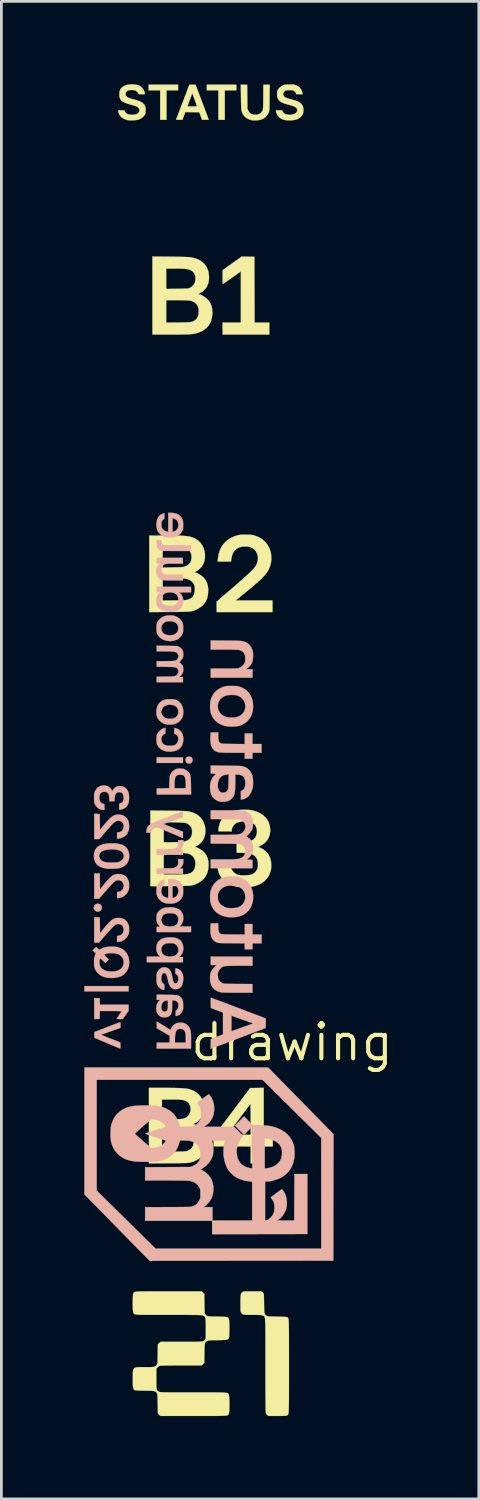
<source format=kicad_pcb>
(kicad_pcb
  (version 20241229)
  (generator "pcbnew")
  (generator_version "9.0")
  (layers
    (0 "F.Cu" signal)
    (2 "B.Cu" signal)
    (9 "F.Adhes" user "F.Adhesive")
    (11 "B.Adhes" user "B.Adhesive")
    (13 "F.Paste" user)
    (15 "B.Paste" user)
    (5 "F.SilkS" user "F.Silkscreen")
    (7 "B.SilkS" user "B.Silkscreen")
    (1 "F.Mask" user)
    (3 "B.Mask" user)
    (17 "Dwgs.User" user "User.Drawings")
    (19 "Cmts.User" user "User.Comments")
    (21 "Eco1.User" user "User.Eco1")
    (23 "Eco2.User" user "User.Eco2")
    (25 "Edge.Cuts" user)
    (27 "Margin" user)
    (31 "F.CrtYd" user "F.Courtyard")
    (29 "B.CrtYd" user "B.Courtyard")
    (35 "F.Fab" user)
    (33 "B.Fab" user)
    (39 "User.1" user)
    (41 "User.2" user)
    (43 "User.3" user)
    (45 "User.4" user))
  (footprint "drawing"
    (layer "F.Cu")
    (at 7.523 34.674)
    (property "Reference" "drawing" (at 0 0 0) (layer "F.SilkS") (effects (font (size 1.27 1.27) (thickness 0.15))))
    (attr through_hole)
    (fp_poly (pts (xy -4.128 -34.455) (xy -4.547 -34.455) (xy -4.547 -33.388) (xy -4.775 -33.388) (xy -4.775 -34.455) (xy -5.194 -34.455) (xy -5.194 -34.658) (xy -4.128 -34.658) (xy -4.128 -34.455)) (stroke (width 0.01) (type solid)) (fill yes) (layer "F.SilkS"))
    (fp_poly (pts (xy -2.019 -34.455) (xy -2.438 -34.455) (xy -2.438 -33.388) (xy -2.667 -33.388) (xy -2.667 -34.455) (xy -3.086 -34.455) (xy -3.086 -34.658) (xy -2.019 -34.658) (xy -2.019 -34.455)) (stroke (width 0.01) (type solid)) (fill yes) (layer "F.SilkS"))
    (fp_poly (pts (xy -1.596 -28.432) (xy -1.365 -28.429) (xy -1.359 -26.048) (xy -0.826 -26.048) (xy -0.826 -25.616) (xy -2.515 -25.616) (xy -2.515 -26.048) (xy -1.854 -26.048) (xy -1.854 -27.905) (xy -1.895 -27.874) (xy -1.93 -27.849) (xy -1.978 -27.814) (xy -2.036 -27.773) (xy -2.101 -27.726) (xy -2.17 -27.677) (xy -2.241 -27.628) (xy -2.309 -27.58) (xy -2.371 -27.537) (xy -2.426 -27.499) (xy -2.468 -27.47) (xy -2.497 -27.451) (xy -2.507 -27.445) (xy -2.509 -27.457) (xy -2.511 -27.49) (xy -2.513 -27.542) (xy -2.514 -27.607) (xy -2.515 -27.683) (xy -2.515 -27.696) (xy -2.515 -27.947) (xy -1.827 -28.436) (xy -1.596 -28.432)) (stroke (width 0.01) (type solid)) (fill yes) (layer "F.SilkS"))
    (fp_poly (pts (xy -1.623 -34.223) (xy -1.619 -33.788) (xy -1.581 -33.712) (xy -1.539 -33.648) (xy -1.486 -33.605) (xy -1.418 -33.579) (xy -1.362 -33.57) (xy -1.27 -33.572) (xy -1.193 -33.595) (xy -1.129 -33.639) (xy -1.079 -33.704) (xy -1.076 -33.711) (xy -1.068 -33.725) (xy -1.062 -33.741) (xy -1.058 -33.759) (xy -1.054 -33.784) (xy -1.051 -33.818) (xy -1.049 -33.864) (xy -1.047 -33.924) (xy -1.046 -34.001) (xy -1.045 -34.099) (xy -1.044 -34.211) (xy -1.04 -34.658) (xy -0.811 -34.658) (xy -0.815 -34.192) (xy -0.816 -34.07) (xy -0.818 -33.971) (xy -0.819 -33.892) (xy -0.821 -33.83) (xy -0.823 -33.782) (xy -0.826 -33.745) (xy -0.829 -33.717) (xy -0.834 -33.694) (xy -0.84 -33.675) (xy -0.847 -33.655) (xy -0.848 -33.653) (xy -0.889 -33.576) (xy -0.946 -33.505) (xy -1.011 -33.447) (xy -1.035 -33.432) (xy -1.106 -33.401) (xy -1.194 -33.379) (xy -1.29 -33.367) (xy -1.387 -33.366) (xy -1.47 -33.376) (xy -1.57 -33.407) (xy -1.658 -33.456) (xy -1.73 -33.52) (xy -1.763 -33.564) (xy -1.784 -33.597) (xy -1.8 -33.628) (xy -1.814 -33.66) (xy -1.824 -33.696) (xy -1.832 -33.739) (xy -1.839 -33.792) (xy -1.843 -33.857) (xy -1.846 -33.938) (xy -1.849 -34.037) (xy -1.85 -34.157) (xy -1.851 -34.211) (xy -1.857 -34.658) (xy -1.628 -34.658) (xy -1.623 -34.223)) (stroke (width 0.01) (type solid)) (fill yes) (layer "F.SilkS"))
    (fp_poly (pts (xy -1.029 3.353) (xy -0.699 3.353) (xy -0.699 3.772) (xy -1.029 3.772) (xy -1.029 4.381) (xy -1.499 4.381) (xy -1.499 3.772) (xy -2.838 3.766) (xy -2.842 3.604) (xy -2.843 3.53) (xy -2.841 3.476) (xy -2.837 3.439) (xy -2.83 3.414) (xy -2.827 3.407) (xy -2.816 3.392) (xy -2.792 3.358) (xy -2.776 3.337) (xy -2.34 3.337) (xy -2.339 3.341) (xy -2.326 3.345) (xy -2.3 3.348) (xy -2.258 3.35) (xy -2.199 3.351) (xy -2.119 3.352) (xy -2.019 3.353) (xy -1.926 3.353) (xy -1.499 3.353) (xy -1.499 2.785) (xy -1.499 2.664) (xy -1.5 2.552) (xy -1.501 2.454) (xy -1.502 2.371) (xy -1.504 2.305) (xy -1.506 2.258) (xy -1.508 2.233) (xy -1.51 2.229) (xy -1.519 2.242) (xy -1.542 2.272) (xy -1.578 2.319) (xy -1.624 2.381) (xy -1.68 2.456) (xy -1.744 2.541) (xy -1.814 2.634) (xy -1.89 2.735) (xy -1.924 2.781) (xy -2.001 2.885) (xy -2.074 2.982) (xy -2.141 3.072) (xy -2.201 3.151) (xy -2.252 3.219) (xy -2.293 3.274) (xy -2.322 3.312) (xy -2.338 3.334) (xy -2.34 3.337) (xy -2.776 3.337) (xy -2.754 3.306) (xy -2.705 3.24) (xy -2.645 3.159) (xy -2.575 3.065) (xy -2.497 2.961) (xy -2.412 2.847) (xy -2.321 2.726) (xy -2.225 2.598) (xy -2.163 2.515) (xy -1.518 1.657) (xy -1.273 1.654) (xy -1.029 1.65) (xy -1.029 3.353)) (stroke (width 0.01) (type solid)) (fill yes) (layer "F.SilkS"))
    (fp_poly (pts (xy -1.599 -18.37) (xy -1.534 -18.368) (xy -1.484 -18.365) (xy -1.442 -18.36) (xy -1.403 -18.351) (xy -1.368 -18.342) (xy -1.225 -18.289) (xy -1.099 -18.217) (xy -0.991 -18.129) (xy -0.902 -18.023) (xy -0.832 -17.902) (xy -0.782 -17.766) (xy -0.781 -17.761) (xy -0.757 -17.629) (xy -0.752 -17.492) (xy -0.765 -17.357) (xy -0.797 -17.231) (xy -0.809 -17.2) (xy -0.837 -17.136) (xy -0.87 -17.073) (xy -0.91 -17.011) (xy -0.958 -16.946) (xy -1.017 -16.879) (xy -1.086 -16.806) (xy -1.169 -16.726) (xy -1.266 -16.638) (xy -1.379 -16.539) (xy -1.51 -16.429) (xy -1.63 -16.331) (xy -2.047 -15.989) (xy -0.711 -15.989) (xy -0.711 -15.57) (xy -2.731 -15.57) (xy -2.731 -15.948) (xy -2.181 -16.422) (xy -2.031 -16.552) (xy -1.898 -16.668) (xy -1.783 -16.769) (xy -1.683 -16.859) (xy -1.598 -16.936) (xy -1.526 -17.004) (xy -1.466 -17.063) (xy -1.416 -17.115) (xy -1.376 -17.16) (xy -1.344 -17.2) (xy -1.318 -17.237) (xy -1.298 -17.271) (xy -1.291 -17.285) (xy -1.253 -17.387) (xy -1.236 -17.489) (xy -1.241 -17.588) (xy -1.265 -17.681) (xy -1.308 -17.765) (xy -1.368 -17.837) (xy -1.445 -17.893) (xy -1.521 -17.926) (xy -1.584 -17.939) (xy -1.662 -17.944) (xy -1.746 -17.942) (xy -1.829 -17.932) (xy -1.9 -17.916) (xy -1.919 -17.909) (xy -2.006 -17.864) (xy -2.077 -17.804) (xy -2.131 -17.727) (xy -2.171 -17.631) (xy -2.197 -17.515) (xy -2.203 -17.472) (xy -2.212 -17.399) (xy -2.695 -17.399) (xy -2.686 -17.497) (xy -2.66 -17.662) (xy -2.614 -17.811) (xy -2.548 -17.944) (xy -2.462 -18.061) (xy -2.358 -18.161) (xy -2.235 -18.244) (xy -2.094 -18.31) (xy -2 -18.341) (xy -1.958 -18.352) (xy -1.918 -18.36) (xy -1.874 -18.365) (xy -1.822 -18.369) (xy -1.754 -18.37) (xy -1.683 -18.37) (xy -1.599 -18.37)) (stroke (width 0.01) (type solid)) (fill yes) (layer "F.SilkS"))
    (fp_poly (pts (xy -3.556 -34.658) (xy -3.517 -34.657) (xy -3.495 -34.655) (xy -3.493 -34.654) (xy -3.488 -34.641) (xy -3.476 -34.607) (xy -3.456 -34.554) (xy -3.429 -34.484) (xy -3.397 -34.399) (xy -3.36 -34.301) (xy -3.319 -34.193) (xy -3.275 -34.076) (xy -3.258 -34.029) (xy -3.212 -33.91) (xy -3.17 -33.798) (xy -3.132 -33.696) (xy -3.097 -33.604) (xy -3.069 -33.527) (xy -3.046 -33.466) (xy -3.031 -33.424) (xy -3.023 -33.402) (xy -3.023 -33.399) (xy -3.034 -33.394) (xy -3.066 -33.391) (xy -3.112 -33.389) (xy -3.141 -33.388) (xy -3.26 -33.388) (xy -3.361 -33.661) (xy -3.614 -33.665) (xy -3.867 -33.668) (xy -3.918 -33.528) (xy -3.969 -33.388) (xy -4.087 -33.388) (xy -4.137 -33.389) (xy -4.176 -33.392) (xy -4.197 -33.396) (xy -4.199 -33.399) (xy -4.193 -33.412) (xy -4.18 -33.446) (xy -4.159 -33.499) (xy -4.133 -33.569) (xy -4.101 -33.652) (xy -4.065 -33.746) (xy -4.026 -33.849) (xy -4.015 -33.877) (xy -3.785 -33.877) (xy -3.773 -33.875) (xy -3.74 -33.873) (xy -3.691 -33.872) (xy -3.631 -33.871) (xy -3.612 -33.871) (xy -3.54 -33.871) (xy -3.49 -33.873) (xy -3.46 -33.877) (xy -3.446 -33.882) (xy -3.445 -33.887) (xy -3.451 -33.903) (xy -3.464 -33.94) (xy -3.482 -33.992) (xy -3.505 -34.056) (xy -3.531 -34.128) (xy -3.531 -34.128) (xy -3.556 -34.198) (xy -3.578 -34.259) (xy -3.596 -34.307) (xy -3.609 -34.339) (xy -3.615 -34.35) (xy -3.615 -34.35) (xy -3.62 -34.337) (xy -3.632 -34.305) (xy -3.649 -34.258) (xy -3.67 -34.201) (xy -3.693 -34.137) (xy -3.717 -34.072) (xy -3.739 -34.009) (xy -3.759 -33.954) (xy -3.774 -33.911) (xy -3.783 -33.884) (xy -3.785 -33.877) (xy -4.015 -33.877) (xy -3.985 -33.957) (xy -3.942 -34.07) (xy -3.899 -34.183) (xy -3.856 -34.295) (xy -3.815 -34.403) (xy -3.777 -34.505) (xy -3.744 -34.592) (xy -3.719 -34.658) (xy -3.606 -34.658) (xy -3.556 -34.658)) (stroke (width 0.01) (type solid)) (fill yes) (layer "F.SilkS"))
    (fp_poly (pts (xy -0.018 -34.664) (xy 0.034 -34.663) (xy 0.071 -34.659) (xy 0.101 -34.652) (xy 0.13 -34.642) (xy 0.152 -34.632) (xy 0.199 -34.607) (xy 0.242 -34.58) (xy 0.263 -34.564) (xy 0.297 -34.526) (xy 0.33 -34.472) (xy 0.358 -34.412) (xy 0.375 -34.357) (xy 0.383 -34.315) (xy 0.155 -34.315) (xy 0.139 -34.354) (xy 0.119 -34.387) (xy 0.087 -34.42) (xy 0.078 -34.427) (xy 0.056 -34.443) (xy 0.034 -34.453) (xy 0.007 -34.459) (xy -0.033 -34.461) (xy -0.091 -34.461) (xy -0.094 -34.461) (xy -0.155 -34.461) (xy -0.196 -34.458) (xy -0.225 -34.452) (xy -0.248 -34.442) (xy -0.263 -34.432) (xy -0.301 -34.391) (xy -0.319 -34.34) (xy -0.317 -34.286) (xy -0.294 -34.236) (xy -0.285 -34.226) (xy -0.252 -34.202) (xy -0.195 -34.176) (xy -0.116 -34.15) (xy -0.015 -34.122) (xy -0.002 -34.119) (xy 0.115 -34.086) (xy 0.209 -34.049) (xy 0.283 -34.007) (xy 0.338 -33.958) (xy 0.377 -33.901) (xy 0.388 -33.877) (xy 0.403 -33.82) (xy 0.409 -33.75) (xy 0.406 -33.678) (xy 0.394 -33.614) (xy 0.388 -33.595) (xy 0.352 -33.536) (xy 0.298 -33.481) (xy 0.232 -33.434) (xy 0.162 -33.401) (xy 0.09 -33.384) (xy 0.003 -33.372) (xy -0.089 -33.367) (xy -0.179 -33.37) (xy -0.255 -33.379) (xy -0.262 -33.381) (xy -0.336 -33.402) (xy -0.396 -33.429) (xy -0.451 -33.468) (xy -0.472 -33.487) (xy -0.532 -33.557) (xy -0.569 -33.637) (xy -0.579 -33.679) (xy -0.587 -33.731) (xy -0.361 -33.731) (xy -0.345 -33.687) (xy -0.315 -33.64) (xy -0.263 -33.603) (xy -0.194 -33.579) (xy -0.121 -33.569) (xy -0.031 -33.57) (xy 0.046 -33.585) (xy 0.108 -33.611) (xy 0.153 -33.648) (xy 0.179 -33.693) (xy 0.184 -33.746) (xy 0.172 -33.788) (xy 0.155 -33.817) (xy 0.125 -33.843) (xy 0.081 -33.867) (xy 0.02 -33.891) (xy -0.061 -33.917) (xy -0.146 -33.94) (xy -0.262 -33.973) (xy -0.354 -34.009) (xy -0.426 -34.049) (xy -0.478 -34.096) (xy -0.514 -34.151) (xy -0.535 -34.215) (xy -0.544 -34.287) (xy -0.545 -34.342) (xy -0.541 -34.395) (xy -0.534 -34.433) (xy -0.505 -34.492) (xy -0.456 -34.549) (xy -0.392 -34.599) (xy -0.34 -34.628) (xy -0.306 -34.643) (xy -0.277 -34.653) (xy -0.246 -34.66) (xy -0.207 -34.663) (xy -0.155 -34.664) (xy -0.089 -34.665) (xy -0.018 -34.664)) (stroke (width 0.01) (type solid)) (fill yes) (layer "F.SilkS"))
    (fp_poly (pts (xy -5.661 -34.66) (xy -5.58 -34.642) (xy -5.513 -34.614) (xy -5.455 -34.572) (xy -5.437 -34.555) (xy -5.402 -34.512) (xy -5.37 -34.459) (xy -5.346 -34.405) (xy -5.335 -34.358) (xy -5.334 -34.35) (xy -5.334 -34.315) (xy -5.448 -34.315) (xy -5.505 -34.316) (xy -5.54 -34.319) (xy -5.558 -34.325) (xy -5.563 -34.333) (xy -5.572 -34.359) (xy -5.597 -34.392) (xy -5.63 -34.423) (xy -5.665 -34.447) (xy -5.673 -34.45) (xy -5.716 -34.461) (xy -5.774 -34.467) (xy -5.837 -34.466) (xy -5.894 -34.461) (xy -5.936 -34.45) (xy -5.985 -34.419) (xy -6.018 -34.376) (xy -6.031 -34.327) (xy -6.024 -34.278) (xy -6.006 -34.247) (xy -5.973 -34.215) (xy -5.926 -34.187) (xy -5.861 -34.162) (xy -5.776 -34.136) (xy -5.75 -34.13) (xy -5.637 -34.1) (xy -5.547 -34.07) (xy -5.475 -34.038) (xy -5.419 -34.004) (xy -5.376 -33.965) (xy -5.342 -33.919) (xy -5.337 -33.912) (xy -5.32 -33.88) (xy -5.31 -33.85) (xy -5.304 -33.815) (xy -5.302 -33.767) (xy -5.302 -33.737) (xy -5.303 -33.68) (xy -5.306 -33.64) (xy -5.314 -33.61) (xy -5.327 -33.581) (xy -5.341 -33.559) (xy -5.394 -33.495) (xy -5.465 -33.44) (xy -5.548 -33.4) (xy -5.567 -33.394) (xy -5.618 -33.383) (xy -5.686 -33.374) (xy -5.763 -33.369) (xy -5.839 -33.368) (xy -5.906 -33.37) (xy -5.946 -33.375) (xy -6.015 -33.394) (xy -6.088 -33.424) (xy -6.153 -33.461) (xy -6.181 -33.482) (xy -6.215 -33.521) (xy -6.248 -33.575) (xy -6.275 -33.634) (xy -6.291 -33.69) (xy -6.299 -33.731) (xy -6.184 -33.731) (xy -6.13 -33.731) (xy -6.096 -33.729) (xy -6.076 -33.724) (xy -6.065 -33.715) (xy -6.058 -33.699) (xy -6.057 -33.696) (xy -6.024 -33.642) (xy -5.973 -33.604) (xy -5.926 -33.585) (xy -5.835 -33.569) (xy -5.738 -33.57) (xy -5.655 -33.585) (xy -5.592 -33.614) (xy -5.549 -33.654) (xy -5.527 -33.702) (xy -5.526 -33.752) (xy -5.545 -33.801) (xy -5.585 -33.845) (xy -5.641 -33.877) (xy -5.674 -33.888) (xy -5.725 -33.904) (xy -5.787 -33.922) (xy -5.853 -33.94) (xy -5.857 -33.941) (xy -5.972 -33.975) (xy -6.064 -34.011) (xy -6.135 -34.049) (xy -6.187 -34.093) (xy -6.222 -34.145) (xy -6.244 -34.207) (xy -6.253 -34.28) (xy -6.254 -34.309) (xy -6.248 -34.399) (xy -6.225 -34.471) (xy -6.185 -34.532) (xy -6.137 -34.577) (xy -6.062 -34.622) (xy -5.976 -34.652) (xy -5.876 -34.667) (xy -5.762 -34.669) (xy -5.661 -34.66)) (stroke (width 0.01) (type solid)) (fill yes) (layer "F.SilkS"))
    (fp_poly (pts (xy -4.397 -28.432) (xy -4.238 -28.43) (xy -4.095 -28.428) (xy -3.968 -28.425) (xy -3.861 -28.422) (xy -3.774 -28.419) (xy -3.708 -28.416) (xy -3.666 -28.412) (xy -3.658 -28.411) (xy -3.509 -28.375) (xy -3.38 -28.324) (xy -3.27 -28.256) (xy -3.178 -28.172) (xy -3.104 -28.072) (xy -3.087 -28.042) (xy -3.044 -27.936) (xy -3.017 -27.821) (xy -3.007 -27.7) (xy -3.013 -27.58) (xy -3.037 -27.466) (xy -3.077 -27.364) (xy -3.09 -27.34) (xy -3.142 -27.271) (xy -3.21 -27.203) (xy -3.288 -27.145) (xy -3.326 -27.123) (xy -3.406 -27.08) (xy -3.366 -27.072) (xy -3.29 -27.047) (xy -3.209 -27.003) (xy -3.128 -26.946) (xy -3.055 -26.88) (xy -2.994 -26.809) (xy -2.955 -26.745) (xy -2.913 -26.632) (xy -2.89 -26.508) (xy -2.885 -26.377) (xy -2.9 -26.245) (xy -2.933 -26.118) (xy -2.966 -26.037) (xy -3.028 -25.935) (xy -3.111 -25.845) (xy -3.214 -25.769) (xy -3.279 -25.732) (xy -3.328 -25.71) (xy -3.374 -25.69) (xy -3.421 -25.673) (xy -3.47 -25.659) (xy -3.525 -25.648) (xy -3.587 -25.638) (xy -3.658 -25.631) (xy -3.741 -25.625) (xy -3.839 -25.621) (xy -3.952 -25.619) (xy -4.084 -25.617) (xy -4.238 -25.616) (xy -4.41 -25.616) (xy -5.055 -25.616) (xy -5.055 -26.86) (xy -4.559 -26.86) (xy -4.559 -26.046) (xy -4.124 -26.051) (xy -4.003 -26.052) (xy -3.904 -26.054) (xy -3.826 -26.056) (xy -3.763 -26.059) (xy -3.716 -26.062) (xy -3.679 -26.065) (xy -3.651 -26.07) (xy -3.628 -26.076) (xy -3.623 -26.077) (xy -3.536 -26.117) (xy -3.468 -26.172) (xy -3.42 -26.244) (xy -3.39 -26.332) (xy -3.381 -26.408) (xy -3.382 -26.519) (xy -3.402 -26.612) (xy -3.44 -26.69) (xy -3.497 -26.753) (xy -3.539 -26.784) (xy -3.573 -26.804) (xy -3.608 -26.82) (xy -3.648 -26.833) (xy -3.695 -26.843) (xy -3.752 -26.85) (xy -3.823 -26.855) (xy -3.909 -26.858) (xy -4.015 -26.86) (xy -4.143 -26.86) (xy -4.165 -26.86) (xy -4.559 -26.86) (xy -5.055 -26.86) (xy -5.055 -27.265) (xy -4.559 -27.265) (xy -4.169 -27.27) (xy -4.055 -27.271) (xy -3.964 -27.273) (xy -3.892 -27.275) (xy -3.836 -27.278) (xy -3.794 -27.281) (xy -3.763 -27.285) (xy -3.738 -27.291) (xy -3.72 -27.296) (xy -3.639 -27.34) (xy -3.575 -27.402) (xy -3.535 -27.467) (xy -3.515 -27.513) (xy -3.504 -27.557) (xy -3.5 -27.608) (xy -3.499 -27.635) (xy -3.504 -27.719) (xy -3.52 -27.786) (xy -3.55 -27.843) (xy -3.577 -27.877) (xy -3.61 -27.909) (xy -3.647 -27.935) (xy -3.691 -27.956) (xy -3.745 -27.973) (xy -3.811 -27.985) (xy -3.892 -27.994) (xy -3.991 -27.999) (xy -4.11 -28.002) (xy -4.239 -28.003) (xy -4.559 -28.003) (xy -4.559 -27.265) (xy -5.055 -27.265) (xy -5.055 -28.438) (xy -4.397 -28.432)) (stroke (width 0.01) (type solid)) (fill yes) (layer "F.SilkS"))
    (fp_poly (pts (xy -4.48 -8.379) (xy -4.332 -8.377) (xy -4.208 -8.376) (xy -4.104 -8.374) (xy -4.018 -8.372) (xy -3.947 -8.37) (xy -3.89 -8.368) (xy -3.843 -8.365) (xy -3.805 -8.362) (xy -3.773 -8.358) (xy -3.744 -8.353) (xy -3.716 -8.347) (xy -3.713 -8.347) (xy -3.586 -8.31) (xy -3.477 -8.261) (xy -3.382 -8.196) (xy -3.348 -8.165) (xy -3.267 -8.073) (xy -3.205 -7.966) (xy -3.162 -7.85) (xy -3.14 -7.727) (xy -3.139 -7.602) (xy -3.159 -7.478) (xy -3.201 -7.359) (xy -3.202 -7.358) (xy -3.239 -7.297) (xy -3.291 -7.234) (xy -3.351 -7.175) (xy -3.413 -7.128) (xy -3.452 -7.107) (xy -3.487 -7.088) (xy -3.504 -7.073) (xy -3.501 -7.063) (xy -3.488 -7.061) (xy -3.469 -7.056) (xy -3.434 -7.041) (xy -3.389 -7.02) (xy -3.369 -7.011) (xy -3.261 -6.943) (xy -3.172 -6.86) (xy -3.103 -6.762) (xy -3.055 -6.65) (xy -3.028 -6.525) (xy -3.023 -6.427) (xy -3.034 -6.279) (xy -3.065 -6.147) (xy -3.117 -6.029) (xy -3.189 -5.926) (xy -3.282 -5.839) (xy -3.395 -5.766) (xy -3.529 -5.709) (xy -3.6 -5.687) (xy -3.623 -5.681) (xy -3.645 -5.676) (xy -3.669 -5.672) (xy -3.698 -5.668) (xy -3.732 -5.665) (xy -3.775 -5.663) (xy -3.829 -5.661) (xy -3.896 -5.659) (xy -3.979 -5.658) (xy -4.079 -5.657) (xy -4.199 -5.656) (xy -4.341 -5.655) (xy -4.416 -5.655) (xy -5.131 -5.65) (xy -5.131 -6.858) (xy -4.648 -6.858) (xy -4.648 -6.071) (xy -4.255 -6.071) (xy -4.133 -6.071) (xy -4.025 -6.073) (xy -3.935 -6.075) (xy -3.864 -6.078) (xy -3.814 -6.082) (xy -3.795 -6.085) (xy -3.699 -6.113) (xy -3.624 -6.155) (xy -3.568 -6.211) (xy -3.53 -6.284) (xy -3.506 -6.376) (xy -3.506 -6.377) (xy -3.499 -6.48) (xy -3.512 -6.575) (xy -3.543 -6.659) (xy -3.592 -6.728) (xy -3.639 -6.769) (xy -3.676 -6.792) (xy -3.715 -6.811) (xy -3.758 -6.826) (xy -3.81 -6.838) (xy -3.872 -6.846) (xy -3.948 -6.852) (xy -4.041 -6.856) (xy -4.154 -6.858) (xy -4.269 -6.858) (xy -4.648 -6.858) (xy -5.131 -6.858) (xy -5.131 -7.239) (xy -4.648 -7.239) (xy -4.372 -7.239) (xy -4.282 -7.24) (xy -4.194 -7.241) (xy -4.112 -7.244) (xy -4.042 -7.247) (xy -3.992 -7.25) (xy -3.985 -7.251) (xy -3.873 -7.271) (xy -3.782 -7.307) (xy -3.711 -7.357) (xy -3.661 -7.422) (xy -3.63 -7.503) (xy -3.62 -7.599) (xy -3.62 -7.601) (xy -3.623 -7.68) (xy -3.635 -7.741) (xy -3.658 -7.791) (xy -3.695 -7.838) (xy -3.707 -7.85) (xy -3.735 -7.877) (xy -3.762 -7.899) (xy -3.792 -7.916) (xy -3.827 -7.93) (xy -3.871 -7.94) (xy -3.925 -7.947) (xy -3.994 -7.952) (xy -4.08 -7.956) (xy -4.187 -7.958) (xy -4.277 -7.96) (xy -4.648 -7.965) (xy -4.648 -7.239) (xy -5.131 -7.239) (xy -5.131 -8.385) (xy -4.48 -8.379)) (stroke (width 0.01) (type solid)) (fill yes) (layer "F.SilkS"))
    (fp_poly (pts (xy -4.651 1.651) (xy -4.477 1.652) (xy -4.325 1.653) (xy -4.194 1.656) (xy -4.083 1.659) (xy -3.987 1.664) (xy -3.907 1.67) (xy -3.838 1.677) (xy -3.779 1.687) (xy -3.728 1.697) (xy -3.71 1.702) (xy -3.582 1.749) (xy -3.47 1.814) (xy -3.376 1.895) (xy -3.301 1.992) (xy -3.245 2.103) (xy -3.22 2.186) (xy -3.209 2.25) (xy -3.203 2.327) (xy -3.201 2.409) (xy -3.205 2.485) (xy -3.213 2.546) (xy -3.214 2.551) (xy -3.247 2.647) (xy -3.299 2.738) (xy -3.365 2.819) (xy -3.442 2.885) (xy -3.502 2.921) (xy -3.538 2.939) (xy -3.562 2.953) (xy -3.569 2.96) (xy -3.558 2.967) (xy -3.529 2.979) (xy -3.5 2.989) (xy -3.397 3.034) (xy -3.303 3.1) (xy -3.222 3.184) (xy -3.156 3.281) (xy -3.11 3.388) (xy -3.098 3.429) (xy -3.088 3.496) (xy -3.083 3.578) (xy -3.085 3.667) (xy -3.092 3.752) (xy -3.104 3.826) (xy -3.104 3.828) (xy -3.145 3.948) (xy -3.207 4.056) (xy -3.29 4.151) (xy -3.392 4.231) (xy -3.513 4.295) (xy -3.651 4.343) (xy -3.659 4.345) (xy -3.683 4.351) (xy -3.706 4.357) (xy -3.732 4.361) (xy -3.761 4.364) (xy -3.797 4.367) (xy -3.841 4.37) (xy -3.896 4.372) (xy -3.965 4.373) (xy -4.049 4.375) (xy -4.151 4.376) (xy -4.273 4.377) (xy -4.417 4.378) (xy -4.474 4.378) (xy -5.182 4.383) (xy -5.182 3.964) (xy -4.712 3.964) (xy -4.277 3.96) (xy -4.16 3.959) (xy -4.065 3.957) (xy -3.99 3.956) (xy -3.931 3.954) (xy -3.886 3.951) (xy -3.852 3.948) (xy -3.825 3.944) (xy -3.803 3.939) (xy -3.784 3.932) (xy -3.77 3.927) (xy -3.689 3.882) (xy -3.628 3.821) (xy -3.585 3.743) (xy -3.562 3.651) (xy -3.559 3.545) (xy -3.559 3.544) (xy -3.571 3.454) (xy -3.595 3.382) (xy -3.632 3.323) (xy -3.649 3.304) (xy -3.682 3.272) (xy -3.718 3.246) (xy -3.758 3.225) (xy -3.806 3.208) (xy -3.864 3.196) (xy -3.935 3.187) (xy -4.022 3.181) (xy -4.127 3.177) (xy -4.253 3.175) (xy -4.334 3.175) (xy -4.712 3.175) (xy -4.712 3.964) (xy -5.182 3.964) (xy -5.182 2.797) (xy -4.712 2.797) (xy -4.353 2.791) (xy -4.236 2.788) (xy -4.142 2.785) (xy -4.068 2.782) (xy -4.011 2.778) (xy -3.967 2.773) (xy -3.935 2.767) (xy -3.925 2.764) (xy -3.838 2.728) (xy -3.769 2.675) (xy -3.719 2.604) (xy -3.718 2.602) (xy -3.685 2.516) (xy -3.672 2.429) (xy -3.679 2.345) (xy -3.704 2.267) (xy -3.745 2.2) (xy -3.803 2.147) (xy -3.839 2.127) (xy -3.88 2.11) (xy -3.924 2.097) (xy -3.974 2.087) (xy -4.035 2.08) (xy -4.109 2.075) (xy -4.2 2.072) (xy -4.31 2.07) (xy -4.391 2.07) (xy -4.712 2.07) (xy -4.712 2.797) (xy -5.182 2.797) (xy -5.182 1.651) (xy -4.651 1.651)) (stroke (width 0.01) (type solid)) (fill yes) (layer "F.SilkS"))
    (fp_poly (pts (xy -4.575 -18.339) (xy -4.403 -18.338) (xy -4.254 -18.337) (xy -4.125 -18.335) (xy -4.015 -18.332) (xy -3.921 -18.327) (xy -3.841 -18.321) (xy -3.772 -18.312) (xy -3.712 -18.302) (xy -3.66 -18.289) (xy -3.612 -18.273) (xy -3.566 -18.255) (xy -3.52 -18.234) (xy -3.412 -18.168) (xy -3.322 -18.083) (xy -3.25 -17.983) (xy -3.197 -17.867) (xy -3.164 -17.737) (xy -3.154 -17.654) (xy -3.156 -17.521) (xy -3.18 -17.399) (xy -3.225 -17.288) (xy -3.292 -17.191) (xy -3.378 -17.108) (xy -3.467 -17.05) (xy -3.508 -17.027) (xy -3.527 -17.011) (xy -3.524 -17.006) (xy -3.523 -17.006) (xy -3.486 -16.998) (xy -3.435 -16.977) (xy -3.377 -16.946) (xy -3.317 -16.909) (xy -3.262 -16.869) (xy -3.216 -16.829) (xy -3.212 -16.825) (xy -3.139 -16.738) (xy -3.087 -16.642) (xy -3.053 -16.534) (xy -3.037 -16.412) (xy -3.036 -16.347) (xy -3.046 -16.201) (xy -3.076 -16.07) (xy -3.127 -15.954) (xy -3.198 -15.853) (xy -3.289 -15.767) (xy -3.401 -15.695) (xy -3.431 -15.68) (xy -3.474 -15.66) (xy -3.512 -15.642) (xy -3.548 -15.628) (xy -3.583 -15.615) (xy -3.622 -15.605) (xy -3.665 -15.597) (xy -3.715 -15.591) (xy -3.774 -15.586) (xy -3.845 -15.582) (xy -3.93 -15.579) (xy -4.031 -15.577) (xy -4.15 -15.576) (xy -4.291 -15.575) (xy -4.448 -15.574) (xy -5.169 -15.569) (xy -5.169 -15.987) (xy -4.686 -15.987) (xy -4.264 -15.992) (xy -4.148 -15.994) (xy -4.054 -15.995) (xy -3.979 -15.997) (xy -3.92 -15.999) (xy -3.875 -16.002) (xy -3.839 -16.006) (xy -3.811 -16.01) (xy -3.786 -16.016) (xy -3.763 -16.023) (xy -3.762 -16.024) (xy -3.712 -16.043) (xy -3.666 -16.066) (xy -3.639 -16.083) (xy -3.591 -16.134) (xy -3.554 -16.204) (xy -3.53 -16.285) (xy -3.519 -16.374) (xy -3.523 -16.464) (xy -3.537 -16.53) (xy -3.555 -16.58) (xy -3.58 -16.621) (xy -3.619 -16.665) (xy -3.624 -16.669) (xy -3.66 -16.701) (xy -3.699 -16.727) (xy -3.743 -16.749) (xy -3.795 -16.766) (xy -3.858 -16.779) (xy -3.934 -16.789) (xy -4.026 -16.795) (xy -4.136 -16.8) (xy -4.268 -16.802) (xy -4.366 -16.802) (xy -4.686 -16.802) (xy -4.686 -15.987) (xy -5.169 -15.987) (xy -5.169 -17.18) (xy -4.686 -17.18) (xy -4.321 -17.186) (xy -4.209 -17.189) (xy -4.119 -17.191) (xy -4.049 -17.194) (xy -3.993 -17.197) (xy -3.951 -17.201) (xy -3.917 -17.207) (xy -3.89 -17.213) (xy -3.883 -17.215) (xy -3.803 -17.252) (xy -3.733 -17.307) (xy -3.68 -17.375) (xy -3.669 -17.396) (xy -3.651 -17.441) (xy -3.642 -17.49) (xy -3.639 -17.551) (xy -3.645 -17.643) (xy -3.667 -17.717) (xy -3.704 -17.779) (xy -3.741 -17.816) (xy -3.77 -17.84) (xy -3.8 -17.86) (xy -3.833 -17.876) (xy -3.872 -17.888) (xy -3.92 -17.897) (xy -3.98 -17.904) (xy -4.056 -17.909) (xy -4.15 -17.913) (xy -4.265 -17.915) (xy -4.315 -17.916) (xy -4.686 -17.923) (xy -4.686 -17.18) (xy -5.169 -17.18) (xy -5.169 -18.339) (xy -4.575 -18.339)) (stroke (width 0.01) (type solid)) (fill yes) (layer "F.SilkS"))
    (fp_poly (pts (xy -1.566 -8.409) (xy -1.476 -8.399) (xy -1.432 -8.391) (xy -1.283 -8.345) (xy -1.152 -8.285) (xy -1.04 -8.209) (xy -0.948 -8.118) (xy -0.877 -8.014) (xy -0.826 -7.897) (xy -0.798 -7.768) (xy -0.798 -7.766) (xy -0.793 -7.635) (xy -0.811 -7.512) (xy -0.851 -7.399) (xy -0.912 -7.298) (xy -0.994 -7.211) (xy -1.095 -7.139) (xy -1.133 -7.119) (xy -1.232 -7.07) (xy -1.165 -7.043) (xy -1.047 -6.982) (xy -0.948 -6.904) (xy -0.868 -6.811) (xy -0.808 -6.702) (xy -0.784 -6.636) (xy -0.767 -6.559) (xy -0.758 -6.468) (xy -0.756 -6.372) (xy -0.761 -6.279) (xy -0.774 -6.199) (xy -0.779 -6.179) (xy -0.829 -6.056) (xy -0.9 -5.944) (xy -0.989 -5.845) (xy -1.093 -5.765) (xy -1.109 -5.755) (xy -1.181 -5.718) (xy -1.268 -5.683) (xy -1.361 -5.653) (xy -1.449 -5.631) (xy -1.473 -5.627) (xy -1.525 -5.621) (xy -1.594 -5.618) (xy -1.675 -5.616) (xy -1.761 -5.615) (xy -1.844 -5.617) (xy -1.918 -5.62) (xy -1.976 -5.625) (xy -1.992 -5.628) (xy -2.121 -5.659) (xy -2.245 -5.708) (xy -2.36 -5.772) (xy -2.46 -5.848) (xy -2.506 -5.894) (xy -2.582 -5.991) (xy -2.638 -6.094) (xy -2.676 -6.209) (xy -2.699 -6.341) (xy -2.7 -6.353) (xy -2.709 -6.439) (xy -2.223 -6.439) (xy -2.223 -6.397) (xy -2.21 -6.31) (xy -2.176 -6.23) (xy -2.122 -6.159) (xy -2.051 -6.102) (xy -1.988 -6.07) (xy -1.952 -6.057) (xy -1.917 -6.049) (xy -1.877 -6.044) (xy -1.825 -6.041) (xy -1.754 -6.04) (xy -1.74 -6.04) (xy -1.622 -6.043) (xy -1.524 -6.056) (xy -1.445 -6.08) (xy -1.38 -6.116) (xy -1.326 -6.165) (xy -1.282 -6.229) (xy -1.278 -6.236) (xy -1.259 -6.27) (xy -1.248 -6.299) (xy -1.242 -6.331) (xy -1.239 -6.373) (xy -1.238 -6.433) (xy -1.243 -6.527) (xy -1.259 -6.604) (xy -1.289 -6.667) (xy -1.333 -6.722) (xy -1.356 -6.744) (xy -1.4 -6.777) (xy -1.448 -6.803) (xy -1.504 -6.823) (xy -1.574 -6.837) (xy -1.659 -6.847) (xy -1.766 -6.853) (xy -1.794 -6.854) (xy -2.007 -6.862) (xy -2.007 -7.252) (xy -1.831 -7.252) (xy -1.759 -7.253) (xy -1.689 -7.256) (xy -1.628 -7.26) (xy -1.584 -7.265) (xy -1.581 -7.266) (xy -1.481 -7.294) (xy -1.399 -7.34) (xy -1.338 -7.401) (xy -1.296 -7.479) (xy -1.274 -7.571) (xy -1.273 -7.663) (xy -1.288 -7.755) (xy -1.32 -7.832) (xy -1.371 -7.892) (xy -1.442 -7.939) (xy -1.532 -7.972) (xy -1.645 -7.993) (xy -1.658 -7.995) (xy -1.735 -7.997) (xy -1.822 -7.99) (xy -1.906 -7.976) (xy -1.98 -7.955) (xy -1.995 -7.948) (xy -2.065 -7.906) (xy -2.122 -7.847) (xy -2.163 -7.776) (xy -2.183 -7.7) (xy -2.184 -7.673) (xy -2.184 -7.633) (xy -2.667 -7.633) (xy -2.667 -7.678) (xy -2.664 -7.712) (xy -2.658 -7.762) (xy -2.648 -7.815) (xy -2.647 -7.82) (xy -2.608 -7.948) (xy -2.549 -8.063) (xy -2.469 -8.164) (xy -2.369 -8.249) (xy -2.251 -8.318) (xy -2.115 -8.37) (xy -2.064 -8.384) (xy -1.983 -8.399) (xy -1.885 -8.409) (xy -1.778 -8.414) (xy -1.669 -8.414) (xy -1.566 -8.409)) (stroke (width 0.01) (type solid)) (fill yes) (layer "F.SilkS"))
    (fp_poly (pts (xy -1.07 9.06) (xy -1.022 9.104) (xy -1.016 9.458) (xy -1.014 9.579) (xy -1.012 9.677) (xy -1.007 9.754) (xy -0.997 9.814) (xy -0.979 9.858) (xy -0.951 9.889) (xy -0.911 9.909) (xy -0.856 9.921) (xy -0.784 9.927) (xy -0.692 9.929) (xy -0.579 9.931) (xy -0.553 9.931) (xy -0.437 9.934) (xy -0.345 9.937) (xy -0.275 9.941) (xy -0.225 9.945) (xy -0.193 9.95) (xy -0.181 9.954) (xy -0.172 9.959) (xy -0.163 9.964) (xy -0.156 9.969) (xy -0.149 9.976) (xy -0.143 9.987) (xy -0.138 10.002) (xy -0.133 10.024) (xy -0.129 10.052) (xy -0.126 10.089) (xy -0.123 10.136) (xy -0.121 10.193) (xy -0.119 10.263) (xy -0.117 10.347) (xy -0.116 10.445) (xy -0.115 10.559) (xy -0.115 10.691) (xy -0.115 10.842) (xy -0.114 11.012) (xy -0.114 11.204) (xy -0.114 11.418) (xy -0.114 11.655) (xy -0.114 11.728) (xy -0.114 11.974) (xy -0.114 12.195) (xy -0.114 12.393) (xy -0.114 12.57) (xy -0.115 12.726) (xy -0.115 12.863) (xy -0.116 12.983) (xy -0.117 13.086) (xy -0.118 13.173) (xy -0.12 13.247) (xy -0.123 13.308) (xy -0.125 13.358) (xy -0.129 13.398) (xy -0.133 13.429) (xy -0.138 13.452) (xy -0.143 13.469) (xy -0.15 13.481) (xy -0.157 13.489) (xy -0.165 13.495) (xy -0.174 13.499) (xy -0.184 13.503) (xy -0.19 13.506) (xy -0.206 13.512) (xy -0.23 13.517) (xy -0.265 13.521) (xy -0.314 13.523) (xy -0.38 13.525) (xy -0.465 13.525) (xy -0.543 13.525) (xy -0.858 13.525) (xy -0.9 13.491) (xy -0.939 13.442) (xy -0.953 13.405) (xy -0.954 13.386) (xy -0.956 13.342) (xy -0.957 13.276) (xy -0.959 13.188) (xy -0.96 13.08) (xy -0.961 12.953) (xy -0.962 12.808) (xy -0.963 12.647) (xy -0.964 12.471) (xy -0.964 12.281) (xy -0.965 12.078) (xy -0.965 11.865) (xy -0.965 11.673) (xy -0.965 11.428) (xy -0.965 11.207) (xy -0.965 11.009) (xy -0.965 10.832) (xy -0.965 10.676) (xy -0.966 10.539) (xy -0.966 10.419) (xy -0.968 10.316) (xy -0.969 10.229) (xy -0.971 10.155) (xy -0.974 10.094) (xy -0.977 10.044) (xy -0.981 10.004) (xy -0.986 9.973) (xy -0.992 9.95) (xy -0.998 9.933) (xy -1.006 9.921) (xy -1.015 9.913) (xy -1.024 9.908) (xy -1.035 9.903) (xy -1.048 9.899) (xy -1.061 9.893) (xy -1.079 9.885) (xy -1.099 9.879) (xy -1.124 9.875) (xy -1.158 9.872) (xy -1.205 9.87) (xy -1.267 9.868) (xy -1.348 9.868) (xy -1.43 9.868) (xy -1.535 9.867) (xy -1.617 9.866) (xy -1.681 9.864) (xy -1.729 9.86) (xy -1.764 9.853) (xy -1.789 9.844) (xy -1.808 9.83) (xy -1.824 9.813) (xy -1.838 9.793) (xy -1.847 9.778) (xy -1.854 9.763) (xy -1.859 9.744) (xy -1.863 9.718) (xy -1.865 9.68) (xy -1.866 9.629) (xy -1.867 9.559) (xy -1.867 9.468) (xy -1.867 9.446) (xy -1.867 9.343) (xy -1.866 9.261) (xy -1.863 9.199) (xy -1.858 9.152) (xy -1.851 9.117) (xy -1.84 9.091) (xy -1.826 9.071) (xy -1.808 9.053) (xy -1.796 9.044) (xy -1.784 9.035) (xy -1.771 9.029) (xy -1.752 9.024) (xy -1.726 9.021) (xy -1.688 9.019) (xy -1.635 9.018) (xy -1.564 9.017) (xy -1.471 9.017) (xy -1.44 9.017) (xy -1.117 9.017) (xy -1.07 9.06)) (stroke (width 0.01) (type solid)) (fill yes) (layer "F.SilkS"))
    (fp_poly (pts (xy -4.665 9.017) (xy -4.464 9.017) (xy -3.276 9.017) (xy -3.229 9.06) (xy -3.181 9.104) (xy -3.175 9.457) (xy -3.173 9.567) (xy -3.171 9.653) (xy -3.168 9.721) (xy -3.164 9.772) (xy -3.158 9.81) (xy -3.149 9.838) (xy -3.138 9.858) (xy -3.124 9.874) (xy -3.105 9.889) (xy -3.096 9.896) (xy -3.082 9.904) (xy -3.068 9.911) (xy -3.05 9.917) (xy -3.025 9.921) (xy -2.989 9.924) (xy -2.94 9.926) (xy -2.874 9.928) (xy -2.788 9.93) (xy -2.711 9.931) (xy -2.596 9.934) (xy -2.504 9.937) (xy -2.433 9.941) (xy -2.384 9.945) (xy -2.352 9.95) (xy -2.34 9.954) (xy -2.321 9.967) (xy -2.305 9.982) (xy -2.294 10.004) (xy -2.285 10.034) (xy -2.279 10.077) (xy -2.276 10.134) (xy -2.274 10.209) (xy -2.273 10.305) (xy -2.273 10.357) (xy -2.274 10.464) (xy -2.275 10.548) (xy -2.278 10.613) (xy -2.282 10.662) (xy -2.289 10.697) (xy -2.3 10.722) (xy -2.313 10.74) (xy -2.331 10.754) (xy -2.34 10.76) (xy -2.359 10.765) (xy -2.395 10.77) (xy -2.45 10.774) (xy -2.526 10.778) (xy -2.624 10.78) (xy -2.712 10.782) (xy -2.83 10.784) (xy -2.926 10.786) (xy -3.002 10.792) (xy -3.06 10.802) (xy -3.103 10.82) (xy -3.133 10.849) (xy -3.153 10.89) (xy -3.164 10.946) (xy -3.17 11.02) (xy -3.173 11.113) (xy -3.175 11.229) (xy -3.175 11.256) (xy -3.181 11.61) (xy -3.229 11.653) (xy -3.276 11.697) (xy -4.01 11.697) (xy -4.176 11.697) (xy -4.325 11.698) (xy -4.456 11.699) (xy -4.567 11.7) (xy -4.657 11.702) (xy -4.725 11.705) (xy -4.77 11.707) (xy -4.79 11.71) (xy -4.829 11.729) (xy -4.868 11.759) (xy -4.876 11.767) (xy -4.915 11.812) (xy -4.915 12.181) (xy -4.915 12.296) (xy -4.914 12.388) (xy -4.912 12.46) (xy -4.908 12.516) (xy -4.902 12.557) (xy -4.893 12.587) (xy -4.88 12.609) (xy -4.863 12.625) (xy -4.842 12.638) (xy -4.819 12.649) (xy -4.81 12.654) (xy -4.799 12.657) (xy -4.786 12.661) (xy -4.768 12.664) (xy -4.745 12.666) (xy -4.714 12.668) (xy -4.674 12.67) (xy -4.624 12.671) (xy -4.561 12.672) (xy -4.484 12.673) (xy -4.392 12.674) (xy -4.283 12.674) (xy -4.155 12.674) (xy -4.008 12.674) (xy -3.838 12.675) (xy -3.646 12.675) (xy -3.576 12.675) (xy -3.371 12.675) (xy -3.191 12.675) (xy -3.032 12.675) (xy -2.894 12.675) (xy -2.776 12.675) (xy -2.675 12.676) (xy -2.591 12.678) (xy -2.521 12.68) (xy -2.464 12.682) (xy -2.419 12.686) (xy -2.384 12.69) (xy -2.358 12.695) (xy -2.339 12.701) (xy -2.325 12.708) (xy -2.315 12.717) (xy -2.308 12.726) (xy -2.302 12.737) (xy -2.295 12.75) (xy -2.294 12.751) (xy -2.287 12.777) (xy -2.281 12.823) (xy -2.276 12.886) (xy -2.273 12.96) (xy -2.271 13.042) (xy -2.271 13.128) (xy -2.272 13.211) (xy -2.274 13.29) (xy -2.278 13.357) (xy -2.284 13.41) (xy -2.29 13.444) (xy -2.293 13.45) (xy -2.299 13.462) (xy -2.304 13.473) (xy -2.311 13.483) (xy -2.321 13.491) (xy -2.334 13.499) (xy -2.354 13.505) (xy -2.38 13.51) (xy -2.415 13.514) (xy -2.46 13.517) (xy -2.518 13.52) (xy -2.588 13.522) (xy -2.673 13.524) (xy -2.775 13.525) (xy -2.894 13.525) (xy -3.032 13.525) (xy -3.192 13.526) (xy -3.374 13.526) (xy -3.575 13.525) (xy -4.763 13.525) (xy -4.81 13.482) (xy -4.858 13.439) (xy -4.864 13.085) (xy -4.866 12.976) (xy -4.868 12.889) (xy -4.871 12.821) (xy -4.875 12.77) (xy -4.881 12.732) (xy -4.89 12.705) (xy -4.901 12.685) (xy -4.915 12.669) (xy -4.934 12.654) (xy -4.943 12.647) (xy -4.957 12.638) (xy -4.971 12.631) (xy -4.989 12.626) (xy -5.014 12.622) (xy -5.05 12.619) (xy -5.099 12.616) (xy -5.165 12.614) (xy -5.251 12.613) (xy -5.328 12.611) (xy -5.443 12.609) (xy -5.536 12.606) (xy -5.606 12.602) (xy -5.656 12.598) (xy -5.687 12.593) (xy -5.699 12.588) (xy -5.718 12.576) (xy -5.734 12.56) (xy -5.745 12.539) (xy -5.754 12.508) (xy -5.76 12.466) (xy -5.763 12.409) (xy -5.765 12.334) (xy -5.766 12.238) (xy -5.766 12.185) (xy -5.766 12.071) (xy -5.765 11.979) (xy -5.761 11.908) (xy -5.75 11.854) (xy -5.73 11.815) (xy -5.7 11.788) (xy -5.656 11.772) (xy -5.595 11.764) (xy -5.516 11.76) (xy -5.416 11.76) (xy -5.332 11.76) (xy -5.224 11.76) (xy -5.137 11.759) (xy -5.07 11.756) (xy -5.019 11.751) (xy -4.981 11.743) (xy -4.952 11.733) (xy -4.93 11.718) (xy -4.911 11.699) (xy -4.897 11.68) (xy -4.889 11.668) (xy -4.883 11.654) (xy -4.878 11.635) (xy -4.874 11.607) (xy -4.871 11.568) (xy -4.869 11.514) (xy -4.867 11.443) (xy -4.865 11.351) (xy -4.864 11.288) (xy -4.858 10.933) (xy -4.763 10.846) (xy -4.019 10.846) (xy -3.858 10.846) (xy -3.719 10.846) (xy -3.602 10.845) (xy -3.505 10.844) (xy -3.424 10.843) (xy -3.36 10.84) (xy -3.308 10.837) (xy -3.269 10.832) (xy -3.238 10.827) (xy -3.215 10.819) (xy -3.198 10.81) (xy -3.184 10.799) (xy -3.172 10.786) (xy -3.159 10.771) (xy -3.159 10.77) (xy -3.124 10.73) (xy -3.124 10.361) (xy -3.124 10.246) (xy -3.125 10.154) (xy -3.127 10.082) (xy -3.131 10.027) (xy -3.137 9.985) (xy -3.146 9.955) (xy -3.159 9.934) (xy -3.176 9.918) (xy -3.197 9.904) (xy -3.22 9.893) (xy -3.229 9.889) (xy -3.24 9.885) (xy -3.253 9.882) (xy -3.271 9.879) (xy -3.294 9.877) (xy -3.325 9.875) (xy -3.365 9.873) (xy -3.416 9.871) (xy -3.478 9.87) (xy -3.555 9.87) (xy -3.647 9.869) (xy -3.756 9.868) (xy -3.884 9.868) (xy -4.031 9.868) (xy -4.201 9.868) (xy -4.393 9.868) (xy -4.463 9.868) (xy -4.668 9.868) (xy -4.849 9.868) (xy -5.007 9.868) (xy -5.145 9.868) (xy -5.263 9.867) (xy -5.364 9.866) (xy -5.449 9.865) (xy -5.518 9.863) (xy -5.575 9.86) (xy -5.62 9.857) (xy -5.655 9.853) (xy -5.681 9.848) (xy -5.7 9.842) (xy -5.714 9.834) (xy -5.724 9.826) (xy -5.731 9.816) (xy -5.737 9.805) (xy -5.744 9.793) (xy -5.745 9.791) (xy -5.752 9.766) (xy -5.758 9.72) (xy -5.763 9.657) (xy -5.766 9.582) (xy -5.768 9.5) (xy -5.768 9.415) (xy -5.767 9.331) (xy -5.765 9.253) (xy -5.761 9.185) (xy -5.756 9.132) (xy -5.749 9.099) (xy -5.747 9.093) (xy -5.74 9.08) (xy -5.735 9.069) (xy -5.728 9.06) (xy -5.718 9.051) (xy -5.705 9.044) (xy -5.686 9.038) (xy -5.659 9.033) (xy -5.624 9.028) (xy -5.579 9.025) (xy -5.522 9.022) (xy -5.451 9.02) (xy -5.366 9.019) (xy -5.265 9.018) (xy -5.145 9.017) (xy -5.007 9.017) (xy -4.847 9.017) (xy -4.665 9.017)) (stroke (width 0.01) (type solid)) (fill yes) (layer "F.SilkS"))
    (fp_poly (pts (xy -5.918 -1.841) (xy -7.518 -1.841) (xy -7.518 -2.032) (xy -5.918 -2.032) (xy -5.918 -1.841)) (stroke (width 0.01) (type solid)) (fill yes) (layer "B.SilkS"))
    (fp_poly (pts (xy -3.95 -10.109) (xy -4.902 -10.109) (xy -4.902 -10.312) (xy -3.95 -10.312) (xy -3.95 -10.109)) (stroke (width 0.01) (type solid)) (fill yes) (layer "B.SilkS"))
    (fp_poly (pts (xy -3.679 -10.333) (xy -3.639 -10.309) (xy -3.624 -10.293) (xy -3.607 -10.247) (xy -3.605 -10.195) (xy -3.619 -10.148) (xy -3.636 -10.125) (xy -3.678 -10.099) (xy -3.73 -10.088) (xy -3.781 -10.094) (xy -3.799 -10.102) (xy -3.833 -10.134) (xy -3.853 -10.18) (xy -3.857 -10.23) (xy -3.845 -10.276) (xy -3.824 -10.305) (xy -3.78 -10.331) (xy -3.729 -10.34) (xy -3.679 -10.333)) (stroke (width 0.01) (type solid)) (fill yes) (layer "B.SilkS"))
    (fp_poly (pts (xy -6.97 -5.002) (xy -6.951 -4.992) (xy -6.913 -4.955) (xy -6.892 -4.907) (xy -6.889 -4.854) (xy -6.903 -4.803) (xy -6.934 -4.761) (xy -6.951 -4.749) (xy -7.009 -4.726) (xy -7.065 -4.728) (xy -7.117 -4.754) (xy -7.132 -4.768) (xy -7.16 -4.8) (xy -7.173 -4.83) (xy -7.176 -4.87) (xy -7.172 -4.912) (xy -7.16 -4.942) (xy -7.132 -4.973) (xy -7.083 -5.007) (xy -7.028 -5.017) (xy -6.97 -5.002)) (stroke (width 0.01) (type solid)) (fill yes) (layer "B.SilkS"))
    (fp_poly (pts (xy -4.724 -18.112) (xy -4.718 -18.054) (xy -4.7 -18.02) (xy -4.676 -17.99) (xy -4.167 -17.986) (xy -3.658 -17.982) (xy -3.658 -17.78) (xy -4.181 -17.781) (xy -4.319 -17.781) (xy -4.433 -17.782) (xy -4.525 -17.783) (xy -4.6 -17.784) (xy -4.657 -17.787) (xy -4.7 -17.789) (xy -4.73 -17.793) (xy -4.751 -17.797) (xy -4.754 -17.799) (xy -4.813 -17.828) (xy -4.856 -17.869) (xy -4.884 -17.926) (xy -4.899 -18) (xy -4.902 -18.077) (xy -4.902 -18.174) (xy -4.724 -18.174) (xy -4.724 -18.112)) (stroke (width 0.01) (type solid)) (fill yes) (layer "B.SilkS"))
    (fp_poly (pts (xy -3.937 -7.232) (xy -3.942 -7.16) (xy -3.958 -7.103) (xy -3.99 -7.054) (xy -4.024 -7.02) (xy -4.077 -6.972) (xy -3.95 -6.972) (xy -3.95 -6.782) (xy -4.902 -6.782) (xy -4.902 -6.985) (xy -4.594 -6.985) (xy -4.485 -6.986) (xy -4.397 -6.988) (xy -4.329 -6.991) (xy -4.277 -6.998) (xy -4.237 -7.007) (xy -4.207 -7.02) (xy -4.183 -7.038) (xy -4.162 -7.061) (xy -4.152 -7.076) (xy -4.136 -7.102) (xy -4.126 -7.13) (xy -4.122 -7.168) (xy -4.122 -7.217) (xy -4.122 -7.315) (xy -3.937 -7.315) (xy -3.937 -7.232)) (stroke (width 0.01) (type solid)) (fill yes) (layer "B.SilkS"))
    (fp_poly (pts (xy -3.937 -6.546) (xy -3.944 -6.466) (xy -3.965 -6.402) (xy -4.003 -6.348) (xy -4.022 -6.33) (xy -4.069 -6.287) (xy -3.95 -6.287) (xy -3.95 -6.096) (xy -4.902 -6.096) (xy -4.902 -6.299) (xy -4.594 -6.299) (xy -4.497 -6.299) (xy -4.422 -6.3) (xy -4.365 -6.301) (xy -4.323 -6.303) (xy -4.292 -6.306) (xy -4.269 -6.311) (xy -4.25 -6.318) (xy -4.232 -6.327) (xy -4.229 -6.328) (xy -4.18 -6.358) (xy -4.147 -6.392) (xy -4.129 -6.435) (xy -4.122 -6.495) (xy -4.122 -6.529) (xy -4.122 -6.629) (xy -3.937 -6.629) (xy -3.937 -6.546)) (stroke (width 0.01) (type solid)) (fill yes) (layer "B.SilkS"))
    (fp_poly (pts (xy -6.217 -0.715) (xy -6.212 -0.687) (xy -6.21 -0.637) (xy -6.21 -0.624) (xy -6.21 -0.524) (xy -6.567 -0.397) (xy -6.924 -0.27) (xy -6.571 -0.13) (xy -6.217 0.009) (xy -6.213 0.119) (xy -6.212 0.175) (xy -6.214 0.209) (xy -6.22 0.225) (xy -6.226 0.228) (xy -6.241 0.223) (xy -6.276 0.209) (xy -6.33 0.187) (xy -6.399 0.158) (xy -6.482 0.124) (xy -6.574 0.085) (xy -6.674 0.043) (xy -6.699 0.032) (xy -7.156 -0.163) (xy -7.156 -0.37) (xy -6.699 -0.547) (xy -6.597 -0.586) (xy -6.502 -0.623) (xy -6.417 -0.655) (xy -6.344 -0.682) (xy -6.286 -0.703) (xy -6.247 -0.718) (xy -6.227 -0.724) (xy -6.226 -0.724) (xy -6.217 -0.715)) (stroke (width 0.01) (type solid)) (fill yes) (layer "B.SilkS"))
    (fp_poly (pts (xy -7.064 -1.598) (xy -6.966 -1.594) (xy -6.962 -1.476) (xy -6.959 -1.359) (xy -5.918 -1.359) (xy -5.918 -1.137) (xy -6.023 -0.988) (xy -6.128 -0.839) (xy -6.239 -0.839) (xy -6.293 -0.84) (xy -6.332 -0.844) (xy -6.349 -0.849) (xy -6.35 -0.851) (xy -6.343 -0.865) (xy -6.324 -0.894) (xy -6.297 -0.935) (xy -6.265 -0.982) (xy -6.231 -1.03) (xy -6.199 -1.075) (xy -6.171 -1.112) (xy -6.169 -1.114) (xy -6.17 -1.119) (xy -6.183 -1.123) (xy -6.209 -1.125) (xy -6.251 -1.128) (xy -6.312 -1.129) (xy -6.392 -1.13) (xy -6.494 -1.13) (xy -6.558 -1.13) (xy -6.959 -1.13) (xy -6.962 -0.987) (xy -6.966 -0.845) (xy -7.163 -0.837) (xy -7.163 -1.601) (xy -7.064 -1.598)) (stroke (width 0.01) (type solid)) (fill yes) (layer "B.SilkS"))
    (fp_poly (pts (xy 0.316 2.121) (xy 1.499 3.328) (xy 1.495 5.617) (xy 1.492 7.906) (xy -1.831 7.909) (xy -5.154 7.912) (xy -5.439 7.623) (xy -5.49 7.572) (xy -5.556 7.505) (xy -5.637 7.422) (xy -5.73 7.327) (xy -5.835 7.221) (xy -5.948 7.106) (xy -6.068 6.983) (xy -6.194 6.855) (xy -6.324 6.723) (xy -6.456 6.588) (xy -6.589 6.453) (xy -6.621 6.42) (xy -7.518 5.505) (xy -7.518 5.367) (xy -7.074 5.367) (xy -6.01 6.417) (xy -4.947 7.468) (xy 1.054 7.468) (xy 1.053 5.464) (xy 1.052 3.461) (xy -0.011 2.41) (xy -1.073 1.36) (xy -4.074 1.359) (xy -7.074 1.359) (xy -7.074 5.367) (xy -7.518 5.367) (xy -7.518 0.914) (xy -0.867 0.914) (xy 0.316 2.121)) (stroke (width 0.01) (type solid)) (fill yes) (layer "B.SilkS"))
    (fp_poly (pts (xy -2.673 -11.071) (xy -2.671 -10.993) (xy -2.666 -10.935) (xy -2.654 -10.893) (xy -2.635 -10.862) (xy -2.607 -10.837) (xy -2.591 -10.827) (xy -2.577 -10.82) (xy -2.562 -10.814) (xy -2.542 -10.81) (xy -2.515 -10.806) (xy -2.477 -10.804) (xy -2.427 -10.802) (xy -2.36 -10.8) (xy -2.274 -10.799) (xy -2.167 -10.798) (xy -2.13 -10.797) (xy -1.714 -10.793) (xy -1.714 -11.176) (xy -1.435 -11.176) (xy -1.435 -10.795) (xy -1.105 -10.795) (xy -1.105 -10.477) (xy -1.435 -10.477) (xy -1.435 -10.262) (xy -1.714 -10.262) (xy -1.714 -10.477) (xy -2.146 -10.477) (xy -2.276 -10.478) (xy -2.385 -10.479) (xy -2.473 -10.481) (xy -2.545 -10.484) (xy -2.603 -10.488) (xy -2.65 -10.495) (xy -2.688 -10.503) (xy -2.721 -10.513) (xy -2.751 -10.526) (xy -2.762 -10.531) (xy -2.825 -10.569) (xy -2.87 -10.616) (xy -2.902 -10.669) (xy -2.933 -10.751) (xy -2.952 -10.853) (xy -2.959 -10.971) (xy -2.954 -11.102) (xy -2.951 -11.136) (xy -2.943 -11.214) (xy -2.672 -11.214) (xy -2.673 -11.071)) (stroke (width 0.01) (type solid)) (fill yes) (layer "B.SilkS"))
    (fp_poly (pts (xy -2.673 -4.169) (xy -2.671 -4.086) (xy -2.664 -4.025) (xy -2.65 -3.981) (xy -2.629 -3.95) (xy -2.599 -3.927) (xy -2.599 -3.927) (xy -2.585 -3.921) (xy -2.567 -3.916) (xy -2.541 -3.912) (xy -2.506 -3.909) (xy -2.457 -3.907) (xy -2.393 -3.905) (xy -2.31 -3.903) (xy -2.206 -3.902) (xy -2.137 -3.901) (xy -1.714 -3.898) (xy -1.714 -4.28) (xy -1.435 -4.28) (xy -1.435 -3.899) (xy -1.105 -3.899) (xy -1.105 -3.581) (xy -1.435 -3.581) (xy -1.435 -3.365) (xy -1.714 -3.365) (xy -1.714 -3.58) (xy -2.194 -3.584) (xy -2.317 -3.585) (xy -2.417 -3.586) (xy -2.498 -3.587) (xy -2.561 -3.589) (xy -2.61 -3.591) (xy -2.646 -3.593) (xy -2.674 -3.597) (xy -2.696 -3.601) (xy -2.714 -3.607) (xy -2.731 -3.614) (xy -2.741 -3.618) (xy -2.811 -3.662) (xy -2.872 -3.723) (xy -2.916 -3.794) (xy -2.928 -3.828) (xy -2.943 -3.892) (xy -2.953 -3.973) (xy -2.958 -4.062) (xy -2.957 -4.153) (xy -2.953 -4.208) (xy -2.944 -4.305) (xy -2.673 -4.305) (xy -2.673 -4.169)) (stroke (width 0.01) (type solid)) (fill yes) (layer "B.SilkS"))
    (fp_poly (pts (xy -3.966 -9.9) (xy -3.896 -9.883) (xy -3.836 -9.852) (xy -3.777 -9.803) (xy -3.775 -9.801) (xy -3.744 -9.769) (xy -3.72 -9.738) (xy -3.701 -9.704) (xy -3.687 -9.663) (xy -3.676 -9.613) (xy -3.669 -9.55) (xy -3.665 -9.471) (xy -3.662 -9.372) (xy -3.66 -9.287) (xy -3.656 -8.966) (xy -4.903 -8.966) (xy -4.9 -9.077) (xy -4.896 -9.188) (xy -4.485 -9.195) (xy -4.255 -9.195) (xy -3.845 -9.195) (xy -3.851 -9.369) (xy -3.856 -9.469) (xy -3.867 -9.546) (xy -3.885 -9.603) (xy -3.912 -9.642) (xy -3.949 -9.667) (xy -3.999 -9.68) (xy -4.059 -9.684) (xy -4.119 -9.678) (xy -4.167 -9.661) (xy -4.202 -9.63) (xy -4.228 -9.583) (xy -4.244 -9.517) (xy -4.252 -9.431) (xy -4.254 -9.35) (xy -4.255 -9.195) (xy -4.485 -9.195) (xy -4.448 -9.195) (xy -4.443 -9.408) (xy -4.441 -9.489) (xy -4.438 -9.549) (xy -4.434 -9.594) (xy -4.428 -9.628) (xy -4.42 -9.656) (xy -4.41 -9.682) (xy -4.409 -9.683) (xy -4.372 -9.753) (xy -4.331 -9.805) (xy -4.279 -9.845) (xy -4.24 -9.867) (xy -4.197 -9.887) (xy -4.161 -9.898) (xy -4.121 -9.904) (xy -4.068 -9.906) (xy -4.052 -9.906) (xy -3.966 -9.9)) (stroke (width 0.01) (type solid)) (fill yes) (layer "B.SilkS"))
    (fp_poly (pts (xy -7.064 -8.265) (xy -6.966 -8.261) (xy -6.953 -7.685) (xy -6.814 -7.857) (xy -6.728 -7.96) (xy -6.653 -8.044) (xy -6.587 -8.11) (xy -6.527 -8.16) (xy -6.47 -8.196) (xy -6.415 -8.221) (xy -6.359 -8.235) (xy -6.309 -8.24) (xy -6.21 -8.235) (xy -6.119 -8.209) (xy -6.04 -8.163) (xy -5.977 -8.1) (xy -5.931 -8.021) (xy -5.929 -8.016) (xy -5.909 -7.941) (xy -5.9 -7.853) (xy -5.901 -7.763) (xy -5.914 -7.679) (xy -5.928 -7.633) (xy -5.976 -7.542) (xy -6.041 -7.47) (xy -6.124 -7.417) (xy -6.221 -7.383) (xy -6.275 -7.371) (xy -6.309 -7.367) (xy -6.328 -7.375) (xy -6.336 -7.399) (xy -6.337 -7.442) (xy -6.337 -7.479) (xy -6.337 -7.591) (xy -6.274 -7.6) (xy -6.205 -7.62) (xy -6.151 -7.66) (xy -6.115 -7.717) (xy -6.097 -7.788) (xy -6.096 -7.817) (xy -6.105 -7.891) (xy -6.131 -7.948) (xy -6.177 -7.989) (xy -6.239 -8.015) (xy -6.303 -8.02) (xy -6.37 -8.001) (xy -6.44 -7.957) (xy -6.448 -7.952) (xy -6.472 -7.929) (xy -6.51 -7.89) (xy -6.559 -7.838) (xy -6.615 -7.775) (xy -6.677 -7.706) (xy -6.741 -7.632) (xy -6.744 -7.629) (xy -6.979 -7.355) (xy -7.071 -7.354) (xy -7.163 -7.353) (xy -7.163 -8.269) (xy -7.064 -8.265)) (stroke (width 0.01) (type solid)) (fill yes) (layer "B.SilkS"))
    (fp_poly (pts (xy -3.952 -17.428) (xy -3.949 -17.323) (xy -4.258 -17.323) (xy -4.355 -17.323) (xy -4.43 -17.322) (xy -4.487 -17.321) (xy -4.529 -17.319) (xy -4.559 -17.316) (xy -4.583 -17.311) (xy -4.602 -17.304) (xy -4.62 -17.295) (xy -4.623 -17.294) (xy -4.679 -17.257) (xy -4.714 -17.21) (xy -4.731 -17.15) (xy -4.734 -17.13) (xy -4.728 -17.056) (xy -4.701 -16.994) (xy -4.657 -16.949) (xy -4.645 -16.941) (xy -4.63 -16.935) (xy -4.611 -16.93) (xy -4.583 -16.927) (xy -4.543 -16.924) (xy -4.489 -16.922) (xy -4.416 -16.921) (xy -4.323 -16.919) (xy -4.285 -16.919) (xy -3.95 -16.915) (xy -3.95 -16.713) (xy -4.296 -16.714) (xy -4.402 -16.714) (xy -4.487 -16.715) (xy -4.552 -16.716) (xy -4.603 -16.719) (xy -4.641 -16.722) (xy -4.671 -16.727) (xy -4.695 -16.733) (xy -4.707 -16.737) (xy -4.77 -16.762) (xy -4.814 -16.789) (xy -4.849 -16.826) (xy -4.872 -16.861) (xy -4.891 -16.899) (xy -4.903 -16.937) (xy -4.91 -16.987) (xy -4.913 -17.026) (xy -4.914 -17.082) (xy -4.912 -17.121) (xy -4.905 -17.154) (xy -4.89 -17.189) (xy -4.884 -17.201) (xy -4.859 -17.246) (xy -4.829 -17.285) (xy -4.812 -17.303) (xy -4.773 -17.335) (xy -4.903 -17.335) (xy -4.9 -17.434) (xy -4.896 -17.532) (xy -3.956 -17.532) (xy -3.952 -17.428)) (stroke (width 0.01) (type solid)) (fill yes) (layer "B.SilkS"))
    (fp_poly (pts (xy -4.884 -0.743) (xy -4.853 -0.725) (xy -4.808 -0.697) (xy -4.75 -0.662) (xy -4.683 -0.62) (xy -4.646 -0.597) (xy -4.403 -0.445) (xy -4.38 -0.496) (xy -4.331 -0.579) (xy -4.268 -0.642) (xy -4.19 -0.684) (xy -4.097 -0.706) (xy -4.07 -0.708) (xy -3.977 -0.707) (xy -3.9 -0.688) (xy -3.831 -0.65) (xy -3.778 -0.604) (xy -3.735 -0.556) (xy -3.706 -0.507) (xy -3.686 -0.454) (xy -3.677 -0.424) (xy -3.67 -0.396) (xy -3.665 -0.364) (xy -3.661 -0.325) (xy -3.659 -0.275) (xy -3.658 -0.21) (xy -3.658 -0.125) (xy -3.658 -0.07) (xy -3.658 0.229) (xy -4.902 0.229) (xy -4.902 0.013) (xy -4.432 0.013) (xy -4.245 0.013) (xy -3.846 0.013) (xy -3.85 -0.162) (xy -3.853 -0.237) (xy -3.856 -0.292) (xy -3.862 -0.332) (xy -3.87 -0.362) (xy -3.88 -0.387) (xy -3.917 -0.441) (xy -3.963 -0.473) (xy -4.022 -0.486) (xy -4.034 -0.486) (xy -4.095 -0.482) (xy -4.143 -0.464) (xy -4.18 -0.432) (xy -4.207 -0.383) (xy -4.225 -0.315) (xy -4.236 -0.226) (xy -4.239 -0.156) (xy -4.245 0.013) (xy -4.432 0.013) (xy -4.432 -0.235) (xy -4.664 -0.37) (xy -4.896 -0.504) (xy -4.899 -0.627) (xy -4.9 -0.679) (xy -4.9 -0.72) (xy -4.898 -0.745) (xy -4.896 -0.749) (xy -4.884 -0.743)) (stroke (width 0.01) (type solid)) (fill yes) (layer "B.SilkS"))
    (fp_poly (pts (xy -6.957 -5.821) (xy -6.953 -5.533) (xy -6.791 -5.732) (xy -6.708 -5.831) (xy -6.636 -5.911) (xy -6.573 -5.973) (xy -6.515 -6.02) (xy -6.46 -6.053) (xy -6.405 -6.074) (xy -6.348 -6.085) (xy -6.286 -6.089) (xy -6.28 -6.089) (xy -6.179 -6.079) (xy -6.095 -6.05) (xy -6.025 -6.002) (xy -5.968 -5.932) (xy -5.932 -5.867) (xy -5.916 -5.831) (xy -5.907 -5.797) (xy -5.902 -5.758) (xy -5.9 -5.705) (xy -5.9 -5.671) (xy -5.901 -5.608) (xy -5.905 -5.562) (xy -5.913 -5.524) (xy -5.926 -5.487) (xy -5.936 -5.466) (xy -5.989 -5.377) (xy -6.059 -5.307) (xy -6.143 -5.256) (xy -6.239 -5.227) (xy -6.268 -5.223) (xy -6.337 -5.216) (xy -6.337 -5.326) (xy -6.337 -5.378) (xy -6.335 -5.411) (xy -6.33 -5.429) (xy -6.32 -5.438) (xy -6.306 -5.442) (xy -6.267 -5.45) (xy -6.24 -5.455) (xy -6.183 -5.48) (xy -6.139 -5.524) (xy -6.109 -5.585) (xy -6.096 -5.659) (xy -6.096 -5.674) (xy -6.107 -5.742) (xy -6.138 -5.797) (xy -6.183 -5.838) (xy -6.24 -5.862) (xy -6.304 -5.867) (xy -6.371 -5.85) (xy -6.385 -5.843) (xy -6.413 -5.826) (xy -6.447 -5.797) (xy -6.49 -5.756) (xy -6.544 -5.701) (xy -6.608 -5.631) (xy -6.686 -5.544) (xy -6.778 -5.439) (xy -6.8 -5.413) (xy -6.989 -5.194) (xy -7.163 -5.194) (xy -7.163 -6.109) (xy -6.96 -6.109) (xy -6.957 -5.821)) (stroke (width 0.01) (type solid)) (fill yes) (layer "B.SilkS"))
    (fp_poly (pts (xy -6.957 -4.233) (xy -6.953 -3.945) (xy -6.791 -4.145) (xy -6.708 -4.244) (xy -6.636 -4.324) (xy -6.573 -4.386) (xy -6.515 -4.432) (xy -6.46 -4.465) (xy -6.405 -4.487) (xy -6.348 -4.498) (xy -6.286 -4.501) (xy -6.28 -4.501) (xy -6.179 -4.491) (xy -6.095 -4.463) (xy -6.025 -4.414) (xy -5.968 -4.344) (xy -5.932 -4.28) (xy -5.916 -4.243) (xy -5.907 -4.209) (xy -5.902 -4.17) (xy -5.9 -4.117) (xy -5.9 -4.083) (xy -5.901 -4.02) (xy -5.905 -3.974) (xy -5.913 -3.937) (xy -5.926 -3.9) (xy -5.936 -3.878) (xy -5.989 -3.79) (xy -6.059 -3.719) (xy -6.143 -3.669) (xy -6.239 -3.64) (xy -6.268 -3.636) (xy -6.337 -3.629) (xy -6.337 -3.738) (xy -6.337 -3.791) (xy -6.335 -3.824) (xy -6.33 -3.842) (xy -6.32 -3.85) (xy -6.306 -3.854) (xy -6.267 -3.862) (xy -6.24 -3.868) (xy -6.183 -3.892) (xy -6.139 -3.936) (xy -6.109 -3.997) (xy -6.096 -4.071) (xy -6.096 -4.086) (xy -6.107 -4.154) (xy -6.138 -4.21) (xy -6.183 -4.251) (xy -6.24 -4.275) (xy -6.304 -4.28) (xy -6.371 -4.263) (xy -6.385 -4.256) (xy -6.413 -4.238) (xy -6.447 -4.21) (xy -6.49 -4.169) (xy -6.544 -4.114) (xy -6.608 -4.044) (xy -6.686 -3.957) (xy -6.778 -3.852) (xy -6.8 -3.826) (xy -6.989 -3.607) (xy -7.163 -3.607) (xy -7.163 -4.521) (xy -6.96 -4.521) (xy -6.957 -4.233)) (stroke (width 0.01) (type solid)) (fill yes) (layer "B.SilkS"))
    (fp_poly (pts (xy -3.658 -16.281) (xy -4.091 -16.281) (xy -4.052 -16.248) (xy -3.996 -16.187) (xy -3.96 -16.113) (xy -3.941 -16.024) (xy -3.94 -16.002) (xy -3.944 -15.897) (xy -3.969 -15.807) (xy -4.015 -15.731) (xy -4.082 -15.668) (xy -4.155 -15.627) (xy -4.192 -15.611) (xy -4.225 -15.601) (xy -4.261 -15.594) (xy -4.307 -15.59) (xy -4.37 -15.587) (xy -4.394 -15.587) (xy -4.483 -15.586) (xy -4.551 -15.59) (xy -4.604 -15.598) (xy -4.622 -15.603) (xy -4.722 -15.641) (xy -4.801 -15.694) (xy -4.859 -15.762) (xy -4.896 -15.844) (xy -4.913 -15.941) (xy -4.912 -16.008) (xy -4.908 -16.031) (xy -4.737 -16.031) (xy -4.727 -15.955) (xy -4.696 -15.892) (xy -4.645 -15.844) (xy -4.575 -15.811) (xy -4.486 -15.794) (xy -4.383 -15.792) (xy -4.307 -15.801) (xy -4.247 -15.819) (xy -4.231 -15.827) (xy -4.176 -15.868) (xy -4.139 -15.922) (xy -4.12 -15.983) (xy -4.117 -16.049) (xy -4.131 -16.114) (xy -4.16 -16.174) (xy -4.205 -16.224) (xy -4.264 -16.259) (xy -4.29 -16.268) (xy -4.346 -16.278) (xy -4.416 -16.281) (xy -4.488 -16.277) (xy -4.546 -16.268) (xy -4.618 -16.239) (xy -4.676 -16.192) (xy -4.716 -16.13) (xy -4.735 -16.056) (xy -4.737 -16.031) (xy -4.908 -16.031) (xy -4.896 -16.105) (xy -4.861 -16.187) (xy -4.809 -16.252) (xy -4.804 -16.257) (xy -4.762 -16.294) (xy -4.902 -16.294) (xy -4.902 -16.485) (xy -3.658 -16.485) (xy -3.658 -16.281)) (stroke (width 0.01) (type solid)) (fill yes) (layer "B.SilkS"))
    (fp_poly (pts (xy -1.435 -2.769) (xy -1.915 -2.769) (xy -2.052 -2.768) (xy -2.166 -2.768) (xy -2.259 -2.766) (xy -2.335 -2.764) (xy -2.395 -2.759) (xy -2.443 -2.753) (xy -2.482 -2.744) (xy -2.512 -2.732) (xy -2.538 -2.716) (xy -2.562 -2.697) (xy -2.586 -2.674) (xy -2.597 -2.663) (xy -2.647 -2.603) (xy -2.677 -2.541) (xy -2.691 -2.469) (xy -2.692 -2.423) (xy -2.682 -2.33) (xy -2.652 -2.252) (xy -2.601 -2.19) (xy -2.53 -2.143) (xy -2.527 -2.141) (xy -2.512 -2.135) (xy -2.496 -2.129) (xy -2.477 -2.125) (xy -2.451 -2.121) (xy -2.417 -2.118) (xy -2.372 -2.116) (xy -2.313 -2.115) (xy -2.238 -2.113) (xy -2.145 -2.112) (xy -2.029 -2.111) (xy -1.953 -2.111) (xy -1.435 -2.107) (xy -1.435 -1.791) (xy -1.972 -1.792) (xy -2.119 -1.792) (xy -2.243 -1.793) (xy -2.345 -1.795) (xy -2.427 -1.797) (xy -2.492 -1.8) (xy -2.54 -1.803) (xy -2.575 -1.808) (xy -2.586 -1.81) (xy -2.697 -1.845) (xy -2.79 -1.898) (xy -2.865 -1.968) (xy -2.921 -2.055) (xy -2.957 -2.159) (xy -2.961 -2.174) (xy -2.966 -2.216) (xy -2.97 -2.274) (xy -2.97 -2.337) (xy -2.97 -2.362) (xy -2.966 -2.424) (xy -2.96 -2.47) (xy -2.95 -2.509) (xy -2.932 -2.55) (xy -2.924 -2.568) (xy -2.866 -2.659) (xy -2.806 -2.723) (xy -2.729 -2.794) (xy -2.946 -2.794) (xy -2.946 -3.099) (xy -1.435 -3.099) (xy -1.435 -2.769)) (stroke (width 0.01) (type solid)) (fill yes) (layer "B.SilkS"))
    (fp_poly (pts (xy -2.391 -14.538) (xy -2.25 -14.537) (xy -2.133 -14.535) (xy -2.035 -14.534) (xy -1.955 -14.531) (xy -1.891 -14.528) (xy -1.838 -14.524) (xy -1.796 -14.518) (xy -1.761 -14.511) (xy -1.73 -14.501) (xy -1.702 -14.49) (xy -1.673 -14.476) (xy -1.654 -14.467) (xy -1.573 -14.412) (xy -1.507 -14.337) (xy -1.456 -14.245) (xy -1.422 -14.14) (xy -1.421 -14.135) (xy -1.414 -14.077) (xy -1.412 -14.005) (xy -1.415 -13.928) (xy -1.422 -13.854) (xy -1.433 -13.792) (xy -1.44 -13.767) (xy -1.473 -13.701) (xy -1.52 -13.633) (xy -1.577 -13.571) (xy -1.611 -13.542) (xy -1.666 -13.5) (xy -1.435 -13.5) (xy -1.435 -13.195) (xy -2.946 -13.195) (xy -2.946 -13.525) (xy -2.467 -13.526) (xy -2.342 -13.526) (xy -2.229 -13.527) (xy -2.132 -13.529) (xy -2.052 -13.531) (xy -1.991 -13.534) (xy -1.952 -13.537) (xy -1.941 -13.539) (xy -1.864 -13.572) (xy -1.795 -13.625) (xy -1.741 -13.691) (xy -1.734 -13.703) (xy -1.715 -13.74) (xy -1.704 -13.772) (xy -1.698 -13.808) (xy -1.696 -13.857) (xy -1.696 -13.887) (xy -1.703 -13.982) (xy -1.725 -14.056) (xy -1.763 -14.115) (xy -1.819 -14.159) (xy -1.876 -14.186) (xy -1.895 -14.192) (xy -1.914 -14.198) (xy -1.937 -14.202) (xy -1.967 -14.205) (xy -2.005 -14.207) (xy -2.055 -14.209) (xy -2.12 -14.21) (xy -2.201 -14.211) (xy -2.302 -14.211) (xy -2.426 -14.211) (xy -2.946 -14.211) (xy -2.946 -14.543) (xy -2.391 -14.538)) (stroke (width 0.01) (type solid)) (fill yes) (layer "B.SilkS"))
    (fp_poly (pts (xy -4.291 -3.792) (xy -4.243 -3.785) (xy -4.144 -3.752) (xy -4.063 -3.702) (xy -4.002 -3.637) (xy -3.961 -3.555) (xy -3.94 -3.459) (xy -3.937 -3.405) (xy -3.946 -3.308) (xy -3.973 -3.225) (xy -4.02 -3.155) (xy -4.032 -3.142) (xy -4.085 -3.086) (xy -3.95 -3.086) (xy -3.95 -2.896) (xy -5.258 -2.896) (xy -5.258 -3.099) (xy -4.775 -3.099) (xy -4.824 -3.148) (xy -4.871 -3.212) (xy -4.902 -3.291) (xy -4.911 -3.352) (xy -4.737 -3.352) (xy -4.726 -3.273) (xy -4.693 -3.207) (xy -4.639 -3.155) (xy -4.567 -3.118) (xy -4.54 -3.11) (xy -4.5 -3.104) (xy -4.445 -3.102) (xy -4.384 -3.105) (xy -4.326 -3.11) (xy -4.277 -3.118) (xy -4.248 -3.128) (xy -4.188 -3.171) (xy -4.146 -3.227) (xy -4.122 -3.291) (xy -4.115 -3.358) (xy -4.126 -3.424) (xy -4.155 -3.485) (xy -4.202 -3.534) (xy -4.236 -3.556) (xy -4.269 -3.571) (xy -4.299 -3.58) (xy -4.336 -3.585) (xy -4.387 -3.587) (xy -4.426 -3.587) (xy -4.49 -3.586) (xy -4.536 -3.582) (xy -4.571 -3.574) (xy -4.601 -3.561) (xy -4.604 -3.56) (xy -4.67 -3.515) (xy -4.713 -3.46) (xy -4.734 -3.394) (xy -4.737 -3.352) (xy -4.911 -3.352) (xy -4.915 -3.381) (xy -4.91 -3.476) (xy -4.895 -3.543) (xy -4.862 -3.613) (xy -4.808 -3.678) (xy -4.738 -3.73) (xy -4.679 -3.759) (xy -4.619 -3.776) (xy -4.541 -3.788) (xy -4.455 -3.795) (xy -4.369 -3.797) (xy -4.291 -3.792)) (stroke (width 0.01) (type solid)) (fill yes) (layer "B.SilkS"))
    (fp_poly (pts (xy -4.358 -4.884) (xy -4.302 -4.879) (xy -4.192 -4.854) (xy -4.101 -4.813) (xy -4.03 -4.757) (xy -3.979 -4.685) (xy -3.948 -4.597) (xy -3.937 -4.494) (xy -3.937 -4.49) (xy -3.947 -4.393) (xy -3.977 -4.31) (xy -4.025 -4.243) (xy -4.073 -4.191) (xy -3.658 -4.191) (xy -3.658 -3.988) (xy -4.902 -3.988) (xy -4.902 -4.178) (xy -4.773 -4.178) (xy -4.813 -4.218) (xy -4.855 -4.266) (xy -4.883 -4.314) (xy -4.9 -4.37) (xy -4.908 -4.439) (xy -4.908 -4.464) (xy -4.734 -4.464) (xy -4.733 -4.397) (xy -4.715 -4.332) (xy -4.679 -4.274) (xy -4.626 -4.228) (xy -4.608 -4.218) (xy -4.558 -4.202) (xy -4.491 -4.192) (xy -4.417 -4.189) (xy -4.344 -4.193) (xy -4.281 -4.204) (xy -4.247 -4.215) (xy -4.19 -4.254) (xy -4.148 -4.309) (xy -4.123 -4.376) (xy -4.117 -4.448) (xy -4.13 -4.52) (xy -4.139 -4.541) (xy -4.172 -4.595) (xy -4.216 -4.633) (xy -4.275 -4.658) (xy -4.352 -4.671) (xy -4.449 -4.671) (xy -4.452 -4.671) (xy -4.513 -4.667) (xy -4.556 -4.661) (xy -4.59 -4.65) (xy -4.624 -4.633) (xy -4.625 -4.632) (xy -4.68 -4.587) (xy -4.716 -4.529) (xy -4.734 -4.464) (xy -4.908 -4.464) (xy -4.909 -4.489) (xy -4.908 -4.553) (xy -4.904 -4.597) (xy -4.897 -4.631) (xy -4.885 -4.66) (xy -4.881 -4.668) (xy -4.839 -4.727) (xy -4.781 -4.783) (xy -4.717 -4.828) (xy -4.691 -4.841) (xy -4.624 -4.863) (xy -4.54 -4.878) (xy -4.449 -4.885) (xy -4.358 -4.884)) (stroke (width 0.01) (type solid)) (fill yes) (layer "B.SilkS"))
    (fp_poly (pts (xy -4.324 -12.416) (xy -4.276 -12.411) (xy -4.238 -12.404) (xy -4.205 -12.392) (xy -4.176 -12.379) (xy -4.089 -12.323) (xy -4.022 -12.251) (xy -3.974 -12.164) (xy -3.946 -12.062) (xy -3.939 -11.946) (xy -3.939 -11.928) (xy -3.945 -11.857) (xy -3.956 -11.802) (xy -3.975 -11.752) (xy -3.977 -11.748) (xy -4.03 -11.662) (xy -4.101 -11.593) (xy -4.188 -11.542) (xy -4.288 -11.509) (xy -4.401 -11.496) (xy -4.522 -11.502) (xy -4.548 -11.506) (xy -4.647 -11.535) (xy -4.735 -11.585) (xy -4.81 -11.652) (xy -4.867 -11.734) (xy -4.873 -11.744) (xy -4.903 -11.831) (xy -4.915 -11.928) (xy -4.912 -11.99) (xy -4.736 -11.99) (xy -4.735 -11.92) (xy -4.713 -11.854) (xy -4.669 -11.795) (xy -4.606 -11.749) (xy -4.598 -11.744) (xy -4.559 -11.726) (xy -4.523 -11.716) (xy -4.482 -11.711) (xy -4.424 -11.71) (xy -4.42 -11.71) (xy -4.348 -11.713) (xy -4.295 -11.721) (xy -4.26 -11.733) (xy -4.196 -11.776) (xy -4.149 -11.834) (xy -4.123 -11.905) (xy -4.118 -11.983) (xy -4.119 -11.991) (xy -4.139 -12.069) (xy -4.179 -12.13) (xy -4.238 -12.176) (xy -4.316 -12.204) (xy -4.387 -12.215) (xy -4.484 -12.213) (xy -4.564 -12.196) (xy -4.63 -12.16) (xy -4.671 -12.124) (xy -4.715 -12.059) (xy -4.736 -11.99) (xy -4.912 -11.99) (xy -4.91 -12.029) (xy -4.89 -12.126) (xy -4.853 -12.213) (xy -4.831 -12.247) (xy -4.77 -12.315) (xy -4.697 -12.365) (xy -4.61 -12.399) (xy -4.507 -12.416) (xy -4.39 -12.419) (xy -4.324 -12.416)) (stroke (width 0.01) (type solid)) (fill yes) (layer "B.SilkS"))
    (fp_poly (pts (xy -3.955 -8.345) (xy -3.952 -8.314) (xy -3.952 -8.269) (xy -3.952 -8.253) (xy -3.956 -8.15) (xy -4.302 -8.028) (xy -4.39 -7.996) (xy -4.47 -7.968) (xy -4.539 -7.942) (xy -4.593 -7.922) (xy -4.631 -7.908) (xy -4.647 -7.9) (xy -4.648 -7.899) (xy -4.637 -7.893) (xy -4.605 -7.879) (xy -4.555 -7.858) (xy -4.49 -7.832) (xy -4.413 -7.801) (xy -4.327 -7.766) (xy -4.299 -7.755) (xy -3.95 -7.617) (xy -3.95 -7.504) (xy -3.95 -7.454) (xy -3.951 -7.416) (xy -3.952 -7.395) (xy -3.953 -7.392) (xy -3.965 -7.397) (xy -3.998 -7.411) (xy -4.049 -7.432) (xy -4.116 -7.461) (xy -4.196 -7.495) (xy -4.287 -7.533) (xy -4.387 -7.576) (xy -4.418 -7.589) (xy -4.52 -7.632) (xy -4.615 -7.672) (xy -4.7 -7.708) (xy -4.774 -7.738) (xy -4.832 -7.761) (xy -4.873 -7.777) (xy -4.895 -7.785) (xy -4.897 -7.785) (xy -4.928 -7.778) (xy -4.971 -7.76) (xy -5.015 -7.737) (xy -5.053 -7.712) (xy -5.074 -7.691) (xy -5.09 -7.648) (xy -5.09 -7.62) (xy -5.084 -7.582) (xy -5.271 -7.582) (xy -5.27 -7.636) (xy -5.261 -7.72) (xy -5.231 -7.792) (xy -5.18 -7.852) (xy -5.105 -7.904) (xy -5.094 -7.91) (xy -5.07 -7.921) (xy -5.027 -7.94) (xy -4.966 -7.965) (xy -4.892 -7.996) (xy -4.806 -8.03) (xy -4.713 -8.067) (xy -4.614 -8.107) (xy -4.513 -8.147) (xy -4.412 -8.186) (xy -4.315 -8.224) (xy -4.223 -8.259) (xy -4.141 -8.291) (xy -4.071 -8.318) (xy -4.016 -8.338) (xy -3.978 -8.352) (xy -3.961 -8.357) (xy -3.96 -8.357) (xy -3.955 -8.345)) (stroke (width 0.01) (type solid)) (fill yes) (layer "B.SilkS"))
    (fp_poly (pts (xy -2.929 -1.609) (xy -2.895 -1.596) (xy -2.842 -1.576) (xy -2.772 -1.55) (xy -2.686 -1.517) (xy -2.587 -1.48) (xy -2.477 -1.439) (xy -2.359 -1.394) (xy -2.233 -1.347) (xy -2.104 -1.298) (xy -1.971 -1.248) (xy -1.839 -1.198) (xy -1.709 -1.148) (xy -1.582 -1.1) (xy -1.462 -1.055) (xy -1.35 -1.013) (xy -1.248 -0.974) (xy -1.159 -0.94) (xy -1.085 -0.912) (xy -1.028 -0.89) (xy -0.989 -0.875) (xy -0.974 -0.87) (xy -0.965 -0.864) (xy -0.959 -0.852) (xy -0.956 -0.83) (xy -0.954 -0.794) (xy -0.954 -0.739) (xy -0.955 -0.688) (xy -0.959 -0.516) (xy -1.924 -0.15) (xy -2.074 -0.093) (xy -2.217 -0.039) (xy -2.353 0.012) (xy -2.478 0.06) (xy -2.591 0.102) (xy -2.69 0.139) (xy -2.774 0.171) (xy -2.841 0.196) (xy -2.888 0.213) (xy -2.914 0.222) (xy -2.918 0.224) (xy -2.947 0.232) (xy -2.944 0.057) (xy -2.94 -0.118) (xy -2.502 -0.283) (xy -2.502 -0.394) (xy -2.197 -0.394) (xy -2.149 -0.413) (xy -2.125 -0.422) (xy -2.081 -0.438) (xy -2.02 -0.461) (xy -1.945 -0.488) (xy -1.861 -0.518) (xy -1.77 -0.551) (xy -1.755 -0.557) (xy -1.407 -0.682) (xy -1.634 -0.762) (xy -1.721 -0.793) (xy -1.814 -0.826) (xy -1.906 -0.858) (xy -1.987 -0.887) (xy -2.029 -0.902) (xy -2.197 -0.962) (xy -2.197 -0.394) (xy -2.502 -0.394) (xy -2.502 -1.076) (xy -2.721 -1.157) (xy -2.94 -1.239) (xy -2.944 -1.426) (xy -2.944 -1.491) (xy -2.944 -1.547) (xy -2.944 -1.588) (xy -2.942 -1.61) (xy -2.941 -1.613) (xy -2.929 -1.609)) (stroke (width 0.01) (type solid)) (fill yes) (layer "B.SilkS"))
    (fp_poly (pts (xy -4.232 -11.372) (xy -4.158 -11.347) (xy -4.088 -11.307) (xy -4.032 -11.258) (xy -4.019 -11.243) (xy -3.972 -11.162) (xy -3.945 -11.07) (xy -3.935 -10.973) (xy -3.944 -10.876) (xy -3.971 -10.782) (xy -4.014 -10.698) (xy -4.074 -10.628) (xy -4.085 -10.619) (xy -4.156 -10.575) (xy -4.243 -10.543) (xy -4.342 -10.524) (xy -4.445 -10.518) (xy -4.549 -10.528) (xy -4.583 -10.534) (xy -4.685 -10.569) (xy -4.77 -10.622) (xy -4.838 -10.692) (xy -4.879 -10.763) (xy -4.893 -10.796) (xy -4.902 -10.83) (xy -4.906 -10.87) (xy -4.908 -10.925) (xy -4.909 -10.966) (xy -4.908 -11.03) (xy -4.906 -11.075) (xy -4.9 -11.109) (xy -4.891 -11.137) (xy -4.876 -11.168) (xy -4.875 -11.17) (xy -4.819 -11.25) (xy -4.747 -11.313) (xy -4.663 -11.358) (xy -4.62 -11.371) (xy -4.585 -11.38) (xy -4.585 -11.271) (xy -4.586 -11.217) (xy -4.589 -11.183) (xy -4.595 -11.167) (xy -4.603 -11.163) (xy -4.629 -11.154) (xy -4.661 -11.129) (xy -4.692 -11.096) (xy -4.716 -11.061) (xy -4.72 -11.053) (xy -4.736 -10.983) (xy -4.728 -10.909) (xy -4.709 -10.858) (xy -4.684 -10.819) (xy -4.651 -10.789) (xy -4.611 -10.766) (xy -4.572 -10.749) (xy -4.536 -10.738) (xy -4.494 -10.733) (xy -4.437 -10.732) (xy -4.432 -10.732) (xy -4.376 -10.733) (xy -4.324 -10.738) (xy -4.285 -10.744) (xy -4.279 -10.746) (xy -4.208 -10.781) (xy -4.157 -10.833) (xy -4.126 -10.898) (xy -4.117 -10.974) (xy -4.119 -10.998) (xy -4.133 -11.062) (xy -4.162 -11.109) (xy -4.207 -11.142) (xy -4.217 -11.147) (xy -4.267 -11.17) (xy -4.267 -11.275) (xy -4.267 -11.38) (xy -4.232 -11.372)) (stroke (width 0.01) (type solid)) (fill yes) (layer "B.SilkS"))
    (fp_poly (pts (xy -6.393 -7.196) (xy -6.28 -7.182) (xy -6.183 -7.158) (xy -6.101 -7.122) (xy -6.03 -7.074) (xy -6.017 -7.062) (xy -5.967 -7.003) (xy -5.929 -6.925) (xy -5.904 -6.836) (xy -5.896 -6.739) (xy -5.898 -6.681) (xy -5.919 -6.58) (xy -5.958 -6.494) (xy -6.017 -6.422) (xy -6.097 -6.364) (xy -6.199 -6.318) (xy -6.236 -6.306) (xy -6.281 -6.297) (xy -6.345 -6.289) (xy -6.422 -6.283) (xy -6.503 -6.279) (xy -6.584 -6.278) (xy -6.657 -6.28) (xy -6.715 -6.285) (xy -6.718 -6.285) (xy -6.845 -6.312) (xy -6.951 -6.351) (xy -7.036 -6.404) (xy -7.1 -6.471) (xy -7.144 -6.553) (xy -7.169 -6.651) (xy -7.175 -6.74) (xy -6.984 -6.74) (xy -6.974 -6.679) (xy -6.944 -6.623) (xy -6.896 -6.575) (xy -6.868 -6.558) (xy -6.819 -6.537) (xy -6.766 -6.521) (xy -6.704 -6.511) (xy -6.628 -6.506) (xy -6.532 -6.505) (xy -6.502 -6.506) (xy -6.427 -6.507) (xy -6.372 -6.509) (xy -6.331 -6.512) (xy -6.301 -6.518) (xy -6.274 -6.526) (xy -6.247 -6.538) (xy -6.229 -6.547) (xy -6.165 -6.587) (xy -6.123 -6.631) (xy -6.101 -6.685) (xy -6.096 -6.736) (xy -6.104 -6.807) (xy -6.131 -6.862) (xy -6.179 -6.905) (xy -6.212 -6.925) (xy -6.288 -6.954) (xy -6.38 -6.973) (xy -6.481 -6.982) (xy -6.586 -6.981) (xy -6.689 -6.971) (xy -6.782 -6.951) (xy -6.862 -6.923) (xy -6.898 -6.902) (xy -6.947 -6.857) (xy -6.976 -6.801) (xy -6.984 -6.74) (xy -7.175 -6.74) (xy -7.176 -6.742) (xy -7.166 -6.85) (xy -7.139 -6.943) (xy -7.092 -7.021) (xy -7.026 -7.085) (xy -6.94 -7.134) (xy -6.833 -7.169) (xy -6.706 -7.191) (xy -6.557 -7.2) (xy -6.528 -7.2) (xy -6.393 -7.196)) (stroke (width 0.01) (type solid)) (fill yes) (layer "B.SilkS"))
    (fp_poly (pts (xy -4.283 -19.156) (xy -4.182 -19.13) (xy -4.099 -19.087) (xy -4.032 -19.025) (xy -3.98 -18.944) (xy -3.976 -18.936) (xy -3.961 -18.901) (xy -3.952 -18.869) (xy -3.946 -18.832) (xy -3.944 -18.784) (xy -3.943 -18.726) (xy -3.944 -18.661) (xy -3.947 -18.615) (xy -3.953 -18.579) (xy -3.963 -18.547) (xy -3.976 -18.517) (xy -4.016 -18.445) (xy -4.06 -18.391) (xy -4.117 -18.348) (xy -4.163 -18.323) (xy -4.201 -18.305) (xy -4.233 -18.293) (xy -4.265 -18.286) (xy -4.306 -18.282) (xy -4.361 -18.28) (xy -4.4 -18.279) (xy -4.495 -18.279) (xy -4.566 -18.285) (xy -4.606 -18.293) (xy -4.707 -18.337) (xy -4.787 -18.397) (xy -4.849 -18.473) (xy -4.85 -18.476) (xy -4.331 -18.476) (xy -4.302 -18.483) (xy -4.273 -18.489) (xy -4.258 -18.491) (xy -4.24 -18.499) (xy -4.212 -18.52) (xy -4.193 -18.536) (xy -4.147 -18.593) (xy -4.122 -18.663) (xy -4.117 -18.747) (xy -4.119 -18.767) (xy -4.136 -18.84) (xy -4.172 -18.895) (xy -4.227 -18.934) (xy -4.289 -18.955) (xy -4.331 -18.963) (xy -4.331 -18.476) (xy -4.85 -18.476) (xy -4.89 -18.565) (xy -4.911 -18.671) (xy -4.912 -18.768) (xy -4.897 -18.878) (xy -4.864 -18.97) (xy -4.814 -19.045) (xy -4.747 -19.101) (xy -4.663 -19.138) (xy -4.658 -19.14) (xy -4.623 -19.15) (xy -4.623 -19.044) (xy -4.623 -18.991) (xy -4.626 -18.958) (xy -4.632 -18.94) (xy -4.642 -18.932) (xy -4.648 -18.929) (xy -4.671 -18.914) (xy -4.697 -18.887) (xy -4.702 -18.881) (xy -4.721 -18.838) (xy -4.731 -18.78) (xy -4.732 -18.715) (xy -4.724 -18.652) (xy -4.707 -18.602) (xy -4.672 -18.556) (xy -4.619 -18.517) (xy -4.556 -18.49) (xy -4.531 -18.484) (xy -4.483 -18.476) (xy -4.483 -19.164) (xy -4.401 -19.164) (xy -4.283 -19.156)) (stroke (width 0.01) (type solid)) (fill yes) (layer "B.SilkS"))
    (fp_poly (pts (xy -4.531 -14.349) (xy -4.421 -14.347) (xy -4.334 -14.345) (xy -4.266 -14.343) (xy -4.214 -14.341) (xy -4.175 -14.338) (xy -4.147 -14.333) (xy -4.125 -14.328) (xy -4.108 -14.322) (xy -4.035 -14.276) (xy -3.981 -14.216) (xy -3.948 -14.141) (xy -3.937 -14.054) (xy -3.942 -13.974) (xy -3.961 -13.909) (xy -3.995 -13.852) (xy -4.031 -13.812) (xy -4.06 -13.78) (xy -4.077 -13.756) (xy -4.079 -13.744) (xy -4.078 -13.744) (xy -4.045 -13.724) (xy -4.009 -13.69) (xy -3.977 -13.649) (xy -3.961 -13.621) (xy -3.943 -13.558) (xy -3.938 -13.486) (xy -3.946 -13.415) (xy -3.962 -13.367) (xy -3.987 -13.32) (xy -4.013 -13.286) (xy -4.05 -13.254) (xy -4.056 -13.249) (xy -4.093 -13.221) (xy -3.95 -13.221) (xy -3.95 -13.03) (xy -4.902 -13.03) (xy -4.902 -13.231) (xy -4.582 -13.236) (xy -4.482 -13.237) (xy -4.404 -13.239) (xy -4.345 -13.241) (xy -4.301 -13.243) (xy -4.269 -13.247) (xy -4.245 -13.252) (xy -4.226 -13.259) (xy -4.21 -13.266) (xy -4.161 -13.303) (xy -4.13 -13.352) (xy -4.116 -13.407) (xy -4.12 -13.462) (xy -4.142 -13.513) (xy -4.183 -13.553) (xy -4.194 -13.56) (xy -4.21 -13.567) (xy -4.23 -13.573) (xy -4.258 -13.577) (xy -4.296 -13.58) (xy -4.349 -13.583) (xy -4.419 -13.584) (xy -4.51 -13.586) (xy -4.569 -13.587) (xy -4.902 -13.591) (xy -4.902 -13.791) (xy -4.575 -13.795) (xy -4.466 -13.796) (xy -4.379 -13.798) (xy -4.312 -13.802) (xy -4.26 -13.807) (xy -4.222 -13.815) (xy -4.194 -13.827) (xy -4.172 -13.842) (xy -4.155 -13.861) (xy -4.139 -13.885) (xy -4.119 -13.939) (xy -4.119 -13.998) (xy -4.138 -14.054) (xy -4.161 -14.086) (xy -4.183 -14.104) (xy -4.21 -14.118) (xy -4.246 -14.129) (xy -4.293 -14.137) (xy -4.355 -14.142) (xy -4.434 -14.146) (xy -4.533 -14.147) (xy -4.626 -14.148) (xy -4.902 -14.148) (xy -4.902 -14.353) (xy -4.531 -14.349)) (stroke (width 0.01) (type solid)) (fill yes) (layer "B.SilkS"))
    (fp_poly (pts (xy -4.269 -5.896) (xy -4.169 -5.868) (xy -4.085 -5.821) (xy -4.019 -5.756) (xy -3.982 -5.696) (xy -3.965 -5.661) (xy -3.954 -5.631) (xy -3.947 -5.599) (xy -3.944 -5.559) (xy -3.943 -5.502) (xy -3.943 -5.474) (xy -3.944 -5.406) (xy -3.947 -5.358) (xy -3.952 -5.321) (xy -3.962 -5.288) (xy -3.974 -5.261) (xy -4.021 -5.185) (xy -4.087 -5.118) (xy -4.165 -5.067) (xy -4.225 -5.042) (xy -4.312 -5.024) (xy -4.41 -5.017) (xy -4.508 -5.021) (xy -4.597 -5.037) (xy -4.616 -5.042) (xy -4.711 -5.084) (xy -4.788 -5.144) (xy -4.849 -5.223) (xy -4.864 -5.251) (xy -4.884 -5.29) (xy -4.896 -5.322) (xy -4.904 -5.353) (xy -4.907 -5.392) (xy -4.908 -5.445) (xy -4.909 -5.479) (xy -4.908 -5.544) (xy -4.905 -5.591) (xy -4.899 -5.627) (xy -4.889 -5.659) (xy -4.876 -5.69) (xy -4.83 -5.768) (xy -4.773 -5.827) (xy -4.7 -5.868) (xy -4.651 -5.886) (xy -4.637 -5.889) (xy -4.629 -5.885) (xy -4.625 -5.869) (xy -4.623 -5.836) (xy -4.623 -5.789) (xy -4.623 -5.736) (xy -4.626 -5.703) (xy -4.632 -5.685) (xy -4.643 -5.674) (xy -4.65 -5.67) (xy -4.688 -5.64) (xy -4.716 -5.592) (xy -4.732 -5.531) (xy -4.735 -5.463) (xy -4.725 -5.401) (xy -4.699 -5.336) (xy -4.657 -5.287) (xy -4.596 -5.251) (xy -4.518 -5.227) (xy -4.483 -5.219) (xy -4.483 -5.461) (xy -4.331 -5.461) (xy -4.331 -5.219) (xy -4.296 -5.227) (xy -4.259 -5.24) (xy -4.223 -5.257) (xy -4.175 -5.298) (xy -4.14 -5.354) (xy -4.12 -5.421) (xy -4.115 -5.491) (xy -4.127 -5.559) (xy -4.156 -5.618) (xy -4.168 -5.633) (xy -4.212 -5.669) (xy -4.267 -5.694) (xy -4.315 -5.702) (xy -4.321 -5.696) (xy -4.325 -5.676) (xy -4.328 -5.64) (xy -4.33 -5.585) (xy -4.331 -5.508) (xy -4.331 -5.461) (xy -4.483 -5.461) (xy -4.483 -5.905) (xy -4.386 -5.905) (xy -4.269 -5.896)) (stroke (width 0.01) (type solid)) (fill yes) (layer "B.SilkS"))
    (fp_poly (pts (xy -4.286 -15.438) (xy -4.185 -15.405) (xy -4.099 -15.352) (xy -4.027 -15.281) (xy -3.978 -15.203) (xy -3.963 -15.17) (xy -3.953 -15.14) (xy -3.947 -15.107) (xy -3.944 -15.063) (xy -3.943 -15.003) (xy -3.943 -14.986) (xy -3.944 -14.918) (xy -3.947 -14.869) (xy -3.953 -14.832) (xy -3.962 -14.8) (xy -3.971 -14.78) (xy -4.009 -14.716) (xy -4.061 -14.654) (xy -4.12 -14.603) (xy -4.178 -14.568) (xy -4.217 -14.555) (xy -4.268 -14.541) (xy -4.324 -14.53) (xy -4.376 -14.521) (xy -4.416 -14.518) (xy -4.426 -14.518) (xy -4.444 -14.52) (xy -4.48 -14.524) (xy -4.523 -14.529) (xy -4.625 -14.553) (xy -4.718 -14.597) (xy -4.797 -14.66) (xy -4.859 -14.739) (xy -4.881 -14.781) (xy -4.894 -14.812) (xy -4.902 -14.844) (xy -4.906 -14.885) (xy -4.908 -14.941) (xy -4.909 -14.986) (xy -4.908 -15.011) (xy -4.734 -15.011) (xy -4.733 -14.97) (xy -4.716 -14.891) (xy -4.68 -14.827) (xy -4.628 -14.782) (xy -4.585 -14.759) (xy -4.542 -14.744) (xy -4.491 -14.736) (xy -4.424 -14.733) (xy -4.42 -14.733) (xy -4.359 -14.735) (xy -4.312 -14.743) (xy -4.267 -14.759) (xy -4.258 -14.763) (xy -4.194 -14.803) (xy -4.15 -14.856) (xy -4.127 -14.922) (xy -4.121 -14.986) (xy -4.13 -15.065) (xy -4.157 -15.127) (xy -4.204 -15.177) (xy -4.263 -15.211) (xy -4.301 -15.227) (xy -4.334 -15.236) (xy -4.372 -15.239) (xy -4.424 -15.239) (xy -4.445 -15.238) (xy -4.504 -15.234) (xy -4.545 -15.227) (xy -4.579 -15.216) (xy -4.612 -15.198) (xy -4.618 -15.195) (xy -4.679 -15.144) (xy -4.718 -15.083) (xy -4.734 -15.011) (xy -4.908 -15.011) (xy -4.908 -15.051) (xy -4.906 -15.098) (xy -4.901 -15.133) (xy -4.892 -15.163) (xy -4.877 -15.195) (xy -4.873 -15.204) (xy -4.828 -15.275) (xy -4.768 -15.339) (xy -4.7 -15.389) (xy -4.668 -15.406) (xy -4.627 -15.42) (xy -4.573 -15.434) (xy -4.52 -15.444) (xy -4.398 -15.451) (xy -4.286 -15.438)) (stroke (width 0.01) (type solid)) (fill yes) (layer "B.SilkS"))
    (fp_poly (pts (xy -2.105 -12.896) (xy -2.04 -12.894) (xy -1.989 -12.89) (xy -1.948 -12.883) (xy -1.911 -12.873) (xy -1.911 -12.873) (xy -1.784 -12.823) (xy -1.674 -12.753) (xy -1.582 -12.666) (xy -1.509 -12.562) (xy -1.455 -12.441) (xy -1.435 -12.375) (xy -1.416 -12.265) (xy -1.411 -12.145) (xy -1.419 -12.026) (xy -1.429 -11.971) (xy -1.467 -11.846) (xy -1.527 -11.734) (xy -1.605 -11.636) (xy -1.7 -11.554) (xy -1.809 -11.491) (xy -1.924 -11.451) (xy -2.001 -11.437) (xy -2.094 -11.428) (xy -2.192 -11.424) (xy -2.286 -11.427) (xy -2.324 -11.43) (xy -2.461 -11.456) (xy -2.586 -11.502) (xy -2.696 -11.567) (xy -2.79 -11.649) (xy -2.867 -11.747) (xy -2.924 -11.86) (xy -2.953 -11.954) (xy -2.964 -12.025) (xy -2.97 -12.112) (xy -2.97 -12.19) (xy -2.691 -12.19) (xy -2.686 -12.092) (xy -2.659 -12.001) (xy -2.612 -11.921) (xy -2.546 -11.853) (xy -2.464 -11.801) (xy -2.367 -11.768) (xy -2.337 -11.762) (xy -2.222 -11.75) (xy -2.109 -11.752) (xy -2.038 -11.761) (xy -1.936 -11.792) (xy -1.85 -11.841) (xy -1.78 -11.907) (xy -1.729 -11.988) (xy -1.699 -12.083) (xy -1.693 -12.128) (xy -1.696 -12.226) (xy -1.722 -12.318) (xy -1.769 -12.399) (xy -1.834 -12.469) (xy -1.916 -12.522) (xy -2 -12.554) (xy -2.077 -12.568) (xy -2.167 -12.572) (xy -2.262 -12.568) (xy -2.351 -12.557) (xy -2.427 -12.537) (xy -2.432 -12.535) (xy -2.503 -12.498) (xy -2.57 -12.446) (xy -2.625 -12.383) (xy -2.664 -12.317) (xy -2.672 -12.293) (xy -2.691 -12.19) (xy -2.97 -12.19) (xy -2.97 -12.204) (xy -2.964 -12.291) (xy -2.953 -12.365) (xy -2.952 -12.369) (xy -2.911 -12.493) (xy -2.848 -12.604) (xy -2.765 -12.7) (xy -2.664 -12.78) (xy -2.546 -12.842) (xy -2.496 -12.861) (xy -2.455 -12.874) (xy -2.419 -12.884) (xy -2.383 -12.89) (xy -2.34 -12.894) (xy -2.285 -12.896) (xy -2.211 -12.896) (xy -2.191 -12.896) (xy -2.105 -12.896)) (stroke (width 0.01) (type solid)) (fill yes) (layer "B.SilkS"))
    (fp_poly (pts (xy -2.111 -5.997) (xy -2.026 -5.992) (xy -1.955 -5.982) (xy -1.932 -5.977) (xy -1.807 -5.932) (xy -1.696 -5.867) (xy -1.6 -5.783) (xy -1.522 -5.683) (xy -1.464 -5.569) (xy -1.429 -5.454) (xy -1.41 -5.313) (xy -1.412 -5.177) (xy -1.435 -5.047) (xy -1.478 -4.927) (xy -1.539 -4.818) (xy -1.617 -4.723) (xy -1.711 -4.646) (xy -1.778 -4.607) (xy -1.89 -4.563) (xy -2.018 -4.534) (xy -2.156 -4.522) (xy -2.299 -4.527) (xy -2.4 -4.541) (xy -2.484 -4.563) (xy -2.573 -4.598) (xy -2.657 -4.642) (xy -2.729 -4.69) (xy -2.761 -4.717) (xy -2.84 -4.81) (xy -2.904 -4.917) (xy -2.935 -4.993) (xy -2.954 -5.068) (xy -2.966 -5.159) (xy -2.971 -5.258) (xy -2.971 -5.264) (xy -2.686 -5.264) (xy -2.684 -5.199) (xy -2.679 -5.151) (xy -2.668 -5.112) (xy -2.659 -5.092) (xy -2.612 -5.018) (xy -2.546 -4.954) (xy -2.466 -4.903) (xy -2.378 -4.869) (xy -2.358 -4.864) (xy -2.31 -4.858) (xy -2.247 -4.855) (xy -2.176 -4.855) (xy -2.104 -4.858) (xy -2.038 -4.864) (xy -1.983 -4.872) (xy -1.949 -4.882) (xy -1.858 -4.932) (xy -1.788 -4.995) (xy -1.736 -5.075) (xy -1.708 -5.15) (xy -1.692 -5.247) (xy -1.699 -5.342) (xy -1.729 -5.432) (xy -1.779 -5.512) (xy -1.847 -5.58) (xy -1.932 -5.632) (xy -1.954 -5.641) (xy -2.014 -5.657) (xy -2.091 -5.667) (xy -2.177 -5.671) (xy -2.263 -5.669) (xy -2.341 -5.66) (xy -2.4 -5.646) (xy -2.495 -5.605) (xy -2.57 -5.551) (xy -2.629 -5.482) (xy -2.652 -5.442) (xy -2.669 -5.407) (xy -2.679 -5.374) (xy -2.684 -5.334) (xy -2.686 -5.28) (xy -2.686 -5.264) (xy -2.971 -5.264) (xy -2.968 -5.354) (xy -2.958 -5.441) (xy -2.953 -5.465) (xy -2.91 -5.591) (xy -2.846 -5.704) (xy -2.764 -5.8) (xy -2.664 -5.88) (xy -2.547 -5.941) (xy -2.438 -5.977) (xy -2.374 -5.988) (xy -2.293 -5.995) (xy -2.203 -5.999) (xy -2.111 -5.997)) (stroke (width 0.01) (type solid)) (fill yes) (layer "B.SilkS"))
    (fp_poly (pts (xy -4.567 -2.708) (xy -4.528 -2.694) (xy -4.47 -2.659) (xy -4.423 -2.61) (xy -4.387 -2.546) (xy -4.359 -2.463) (xy -4.338 -2.362) (xy -4.321 -2.275) (xy -4.302 -2.211) (xy -4.281 -2.167) (xy -4.257 -2.141) (xy -4.247 -2.135) (xy -4.206 -2.128) (xy -4.169 -2.143) (xy -4.141 -2.177) (xy -4.122 -2.228) (xy -4.115 -2.292) (xy -4.123 -2.362) (xy -4.147 -2.417) (xy -4.184 -2.454) (xy -4.19 -2.457) (xy -4.209 -2.468) (xy -4.221 -2.48) (xy -4.227 -2.501) (xy -4.229 -2.535) (xy -4.229 -2.578) (xy -4.228 -2.634) (xy -4.222 -2.666) (xy -4.207 -2.679) (xy -4.178 -2.674) (xy -4.133 -2.655) (xy -4.12 -2.649) (xy -4.049 -2.604) (xy -3.995 -2.544) (xy -3.96 -2.467) (xy -3.941 -2.372) (xy -3.94 -2.268) (xy -3.953 -2.163) (xy -3.981 -2.075) (xy -4.024 -2.005) (xy -4.08 -1.956) (xy -4.148 -1.927) (xy -4.227 -1.92) (xy -4.254 -1.923) (xy -4.319 -1.94) (xy -4.372 -1.973) (xy -4.416 -2.024) (xy -4.452 -2.095) (xy -4.482 -2.188) (xy -4.496 -2.254) (xy -4.518 -2.349) (xy -4.541 -2.42) (xy -4.565 -2.468) (xy -4.591 -2.496) (xy -4.601 -2.501) (xy -4.644 -2.506) (xy -4.681 -2.488) (xy -4.709 -2.448) (xy -4.728 -2.389) (xy -4.734 -2.34) (xy -4.734 -2.26) (xy -4.721 -2.198) (xy -4.693 -2.15) (xy -4.666 -2.124) (xy -4.644 -2.105) (xy -4.631 -2.088) (xy -4.625 -2.065) (xy -4.623 -2.029) (xy -4.623 -1.991) (xy -4.623 -1.939) (xy -4.628 -1.908) (xy -4.64 -1.895) (xy -4.663 -1.897) (xy -4.7 -1.91) (xy -4.702 -1.91) (xy -4.777 -1.95) (xy -4.837 -2.008) (xy -4.873 -2.067) (xy -4.887 -2.099) (xy -4.898 -2.127) (xy -4.904 -2.157) (xy -4.907 -2.196) (xy -4.908 -2.249) (xy -4.909 -2.305) (xy -4.908 -2.376) (xy -4.906 -2.427) (xy -4.902 -2.465) (xy -4.894 -2.496) (xy -4.883 -2.526) (xy -4.878 -2.537) (xy -4.834 -2.61) (xy -4.777 -2.665) (xy -4.711 -2.701) (xy -4.64 -2.716) (xy -4.567 -2.708)) (stroke (width 0.01) (type solid)) (fill yes) (layer "B.SilkS"))
    (fp_poly (pts (xy -6.748 -9.289) (xy -6.669 -9.264) (xy -6.602 -9.221) (xy -6.551 -9.162) (xy -6.529 -9.121) (xy -6.512 -9.082) (xy -6.484 -9.135) (xy -6.456 -9.176) (xy -6.417 -9.214) (xy -6.402 -9.226) (xy -6.369 -9.247) (xy -6.335 -9.26) (xy -6.293 -9.266) (xy -6.254 -9.269) (xy -6.2 -9.27) (xy -6.16 -9.266) (xy -6.124 -9.256) (xy -6.091 -9.24) (xy -6.02 -9.195) (xy -5.967 -9.134) (xy -5.929 -9.057) (xy -5.907 -8.962) (xy -5.9 -8.852) (xy -5.904 -8.752) (xy -5.917 -8.671) (xy -5.942 -8.605) (xy -5.979 -8.547) (xy -5.993 -8.531) (xy -6.044 -8.485) (xy -6.107 -8.449) (xy -6.17 -8.426) (xy -6.213 -8.42) (xy -6.261 -8.42) (xy -6.261 -8.634) (xy -6.208 -8.651) (xy -6.158 -8.675) (xy -6.124 -8.713) (xy -6.105 -8.767) (xy -6.098 -8.819) (xy -6.101 -8.904) (xy -6.119 -8.97) (xy -6.154 -9.017) (xy -6.204 -9.045) (xy -6.232 -9.051) (xy -6.298 -9.05) (xy -6.35 -9.027) (xy -6.39 -8.983) (xy -6.415 -8.919) (xy -6.426 -8.836) (xy -6.426 -8.817) (xy -6.426 -8.725) (xy -6.617 -8.725) (xy -6.617 -8.828) (xy -6.623 -8.915) (xy -6.642 -8.981) (xy -6.675 -9.028) (xy -6.723 -9.056) (xy -6.788 -9.067) (xy -6.804 -9.068) (xy -6.869 -9.057) (xy -6.92 -9.026) (xy -6.956 -8.975) (xy -6.972 -8.926) (xy -6.981 -8.841) (xy -6.972 -8.766) (xy -6.945 -8.705) (xy -6.902 -8.66) (xy -6.855 -8.636) (xy -6.795 -8.617) (xy -6.795 -8.407) (xy -6.848 -8.408) (xy -6.892 -8.413) (xy -6.943 -8.428) (xy -6.966 -8.437) (xy -7.039 -8.485) (xy -7.101 -8.552) (xy -7.141 -8.622) (xy -7.153 -8.651) (xy -7.161 -8.682) (xy -7.165 -8.72) (xy -7.168 -8.772) (xy -7.169 -8.844) (xy -7.169 -8.846) (xy -7.169 -8.914) (xy -7.167 -8.963) (xy -7.164 -8.999) (xy -7.157 -9.029) (xy -7.146 -9.058) (xy -7.129 -9.093) (xy -7.127 -9.096) (xy -7.08 -9.174) (xy -7.023 -9.231) (xy -6.954 -9.269) (xy -6.922 -9.279) (xy -6.833 -9.295) (xy -6.748 -9.289)) (stroke (width 0.01) (type solid)) (fill yes) (layer "B.SilkS"))
    (fp_poly (pts (xy -6.447 -3.462) (xy -6.318 -3.443) (xy -6.204 -3.405) (xy -6.107 -3.349) (xy -6.027 -3.276) (xy -5.965 -3.185) (xy -5.922 -3.079) (xy -5.903 -2.994) (xy -5.896 -2.873) (xy -5.909 -2.758) (xy -5.943 -2.652) (xy -5.995 -2.556) (xy -6.064 -2.475) (xy -6.149 -2.411) (xy -6.18 -2.395) (xy -6.272 -2.361) (xy -6.38 -2.337) (xy -6.498 -2.326) (xy -6.618 -2.327) (xy -6.712 -2.338) (xy -6.83 -2.369) (xy -6.934 -2.419) (xy -7.022 -2.488) (xy -7.092 -2.573) (xy -7.139 -2.664) (xy -7.152 -2.699) (xy -7.161 -2.735) (xy -7.166 -2.776) (xy -7.168 -2.83) (xy -7.169 -2.896) (xy -7.169 -2.935) (xy -6.978 -2.935) (xy -6.976 -2.847) (xy -6.953 -2.765) (xy -6.917 -2.702) (xy -6.857 -2.644) (xy -6.779 -2.601) (xy -6.687 -2.573) (xy -6.641 -2.566) (xy -6.516 -2.561) (xy -6.4 -2.571) (xy -6.331 -2.585) (xy -6.249 -2.62) (xy -6.182 -2.672) (xy -6.133 -2.739) (xy -6.104 -2.817) (xy -6.095 -2.904) (xy -6.109 -2.995) (xy -6.111 -3) (xy -6.14 -3.059) (xy -6.187 -3.116) (xy -6.246 -3.164) (xy -6.289 -3.188) (xy -6.349 -3.207) (xy -6.426 -3.22) (xy -6.512 -3.225) (xy -6.599 -3.225) (xy -6.679 -3.217) (xy -6.726 -3.207) (xy -6.767 -3.195) (xy -6.796 -3.184) (xy -6.807 -3.177) (xy -6.799 -3.165) (xy -6.776 -3.14) (xy -6.744 -3.105) (xy -6.722 -3.083) (xy -6.637 -2.997) (xy -6.699 -2.934) (xy -6.762 -2.87) (xy -6.854 -2.961) (xy -6.895 -3.002) (xy -6.922 -3.027) (xy -6.939 -3.038) (xy -6.949 -3.038) (xy -6.955 -3.028) (xy -6.957 -3.022) (xy -6.978 -2.935) (xy -7.169 -2.935) (xy -7.168 -2.965) (xy -7.166 -3.015) (xy -7.162 -3.054) (xy -7.154 -3.087) (xy -7.141 -3.121) (xy -7.136 -3.133) (xy -7.103 -3.211) (xy -7.161 -3.269) (xy -7.219 -3.327) (xy -7.163 -3.384) (xy -7.132 -3.414) (xy -7.106 -3.435) (xy -7.093 -3.442) (xy -7.077 -3.433) (xy -7.051 -3.411) (xy -7.031 -3.392) (xy -6.983 -3.343) (xy -6.93 -3.373) (xy -6.839 -3.415) (xy -6.731 -3.445) (xy -6.612 -3.462) (xy -6.591 -3.463) (xy -6.447 -3.462)) (stroke (width 0.01) (type solid)) (fill yes) (layer "B.SilkS"))
    (fp_poly (pts (xy -4.55 -1.718) (xy -4.432 -1.716) (xy -4.336 -1.713) (xy -4.259 -1.709) (xy -4.199 -1.704) (xy -4.152 -1.696) (xy -4.116 -1.686) (xy -4.087 -1.673) (xy -4.062 -1.656) (xy -4.039 -1.635) (xy -4 -1.591) (xy -3.972 -1.545) (xy -3.955 -1.49) (xy -3.946 -1.422) (xy -3.943 -1.334) (xy -3.943 -1.333) (xy -3.944 -1.268) (xy -3.946 -1.222) (xy -3.951 -1.188) (xy -3.959 -1.158) (xy -3.973 -1.127) (xy -3.982 -1.111) (xy -4.028 -1.041) (xy -4.086 -0.99) (xy -4.15 -0.961) (xy -4.169 -0.957) (xy -4.216 -0.949) (xy -4.216 -1.049) (xy -4.216 -1.1) (xy -4.213 -1.131) (xy -4.206 -1.149) (xy -4.195 -1.159) (xy -4.188 -1.162) (xy -4.156 -1.189) (xy -4.132 -1.234) (xy -4.118 -1.29) (xy -4.116 -1.351) (xy -4.126 -1.41) (xy -4.133 -1.428) (xy -4.164 -1.473) (xy -4.214 -1.501) (xy -4.28 -1.511) (xy -4.286 -1.511) (xy -4.343 -1.511) (xy -4.343 -1.316) (xy -4.345 -1.22) (xy -4.349 -1.146) (xy -4.358 -1.088) (xy -4.371 -1.043) (xy -4.39 -1.006) (xy -4.416 -0.974) (xy -4.417 -0.973) (xy -4.451 -0.944) (xy -4.489 -0.921) (xy -4.492 -0.919) (xy -4.531 -0.909) (xy -4.585 -0.904) (xy -4.644 -0.903) (xy -4.697 -0.907) (xy -4.736 -0.916) (xy -4.737 -0.916) (xy -4.803 -0.956) (xy -4.858 -1.015) (xy -4.886 -1.063) (xy -4.902 -1.102) (xy -4.911 -1.135) (xy -4.914 -1.174) (xy -4.913 -1.227) (xy -4.913 -1.243) (xy -4.908 -1.304) (xy -4.908 -1.304) (xy -4.733 -1.304) (xy -4.733 -1.231) (xy -4.717 -1.173) (xy -4.688 -1.132) (xy -4.646 -1.11) (xy -4.595 -1.109) (xy -4.566 -1.118) (xy -4.538 -1.135) (xy -4.519 -1.165) (xy -4.505 -1.211) (xy -4.498 -1.275) (xy -4.496 -1.362) (xy -4.496 -1.365) (xy -4.496 -1.511) (xy -4.545 -1.511) (xy -4.606 -1.499) (xy -4.659 -1.466) (xy -4.699 -1.414) (xy -4.726 -1.347) (xy -4.733 -1.304) (xy -4.908 -1.304) (xy -4.9 -1.349) (xy -4.887 -1.387) (xy -4.87 -1.42) (xy -4.845 -1.462) (xy -4.818 -1.497) (xy -4.803 -1.512) (xy -4.772 -1.537) (xy -4.902 -1.537) (xy -4.902 -1.723) (xy -4.55 -1.718)) (stroke (width 0.01) (type solid)) (fill yes) (layer "B.SilkS"))
    (fp_poly (pts (xy -2.416 -10.01) (xy -2.3 -10.009) (xy -2.189 -10.007) (xy -2.086 -10.005) (xy -1.995 -10.003) (xy -1.919 -10.001) (xy -1.861 -9.998) (xy -1.824 -9.995) (xy -1.816 -9.994) (xy -1.711 -9.964) (xy -1.619 -9.912) (xy -1.541 -9.841) (xy -1.48 -9.751) (xy -1.439 -9.654) (xy -1.426 -9.593) (xy -1.417 -9.516) (xy -1.412 -9.43) (xy -1.413 -9.343) (xy -1.419 -9.262) (xy -1.428 -9.203) (xy -1.463 -9.09) (xy -1.513 -8.991) (xy -1.575 -8.91) (xy -1.65 -8.848) (xy -1.734 -8.808) (xy -1.797 -8.793) (xy -1.854 -8.785) (xy -1.854 -9.093) (xy -1.812 -9.111) (xy -1.763 -9.144) (xy -1.725 -9.198) (xy -1.701 -9.267) (xy -1.69 -9.349) (xy -1.693 -9.441) (xy -1.704 -9.502) (xy -1.73 -9.573) (xy -1.776 -9.627) (xy -1.841 -9.664) (xy -1.925 -9.685) (xy -2.001 -9.69) (xy -2.057 -9.69) (xy -2.058 -9.408) (xy -2.059 -9.278) (xy -2.063 -9.171) (xy -2.071 -9.083) (xy -2.082 -9.01) (xy -2.099 -8.951) (xy -2.122 -8.901) (xy -2.151 -8.858) (xy -2.187 -8.817) (xy -2.193 -8.811) (xy -2.258 -8.76) (xy -2.332 -8.727) (xy -2.42 -8.709) (xy -2.476 -8.705) (xy -2.529 -8.704) (xy -2.574 -8.704) (xy -2.605 -8.706) (xy -2.61 -8.707) (xy -2.717 -8.745) (xy -2.805 -8.801) (xy -2.875 -8.874) (xy -2.926 -8.963) (xy -2.958 -9.07) (xy -2.971 -9.193) (xy -2.972 -9.218) (xy -2.964 -9.335) (xy -2.689 -9.335) (xy -2.689 -9.242) (xy -2.674 -9.168) (xy -2.644 -9.108) (xy -2.633 -9.093) (xy -2.598 -9.058) (xy -2.561 -9.039) (xy -2.514 -9.033) (xy -2.48 -9.034) (xy -2.428 -9.042) (xy -2.392 -9.059) (xy -2.38 -9.069) (xy -2.356 -9.092) (xy -2.338 -9.115) (xy -2.325 -9.142) (xy -2.315 -9.175) (xy -2.309 -9.22) (xy -2.305 -9.279) (xy -2.302 -9.357) (xy -2.301 -9.435) (xy -2.296 -9.694) (xy -2.382 -9.686) (xy -2.474 -9.667) (xy -2.551 -9.628) (xy -2.611 -9.569) (xy -2.655 -9.492) (xy -2.682 -9.397) (xy -2.689 -9.335) (xy -2.964 -9.335) (xy -2.963 -9.346) (xy -2.937 -9.458) (xy -2.892 -9.555) (xy -2.827 -9.641) (xy -2.81 -9.659) (xy -2.757 -9.713) (xy -2.946 -9.73) (xy -2.946 -10.014) (xy -2.416 -10.01)) (stroke (width 0.01) (type solid)) (fill yes) (layer "B.SilkS"))
    (fp_poly (pts (xy -2.251 -8.395) (xy -2.13 -8.394) (xy -2.03 -8.393) (xy -1.947 -8.391) (xy -1.88 -8.388) (xy -1.825 -8.384) (xy -1.78 -8.379) (xy -1.743 -8.372) (xy -1.711 -8.364) (xy -1.681 -8.353) (xy -1.655 -8.343) (xy -1.582 -8.299) (xy -1.516 -8.236) (xy -1.464 -8.16) (xy -1.453 -8.137) (xy -1.437 -8.101) (xy -1.426 -8.069) (xy -1.42 -8.034) (xy -1.417 -7.991) (xy -1.416 -7.93) (xy -1.416 -7.912) (xy -1.417 -7.847) (xy -1.419 -7.8) (xy -1.424 -7.765) (xy -1.434 -7.735) (xy -1.448 -7.701) (xy -1.453 -7.691) (xy -1.492 -7.627) (xy -1.546 -7.56) (xy -1.605 -7.502) (xy -1.638 -7.476) (xy -1.657 -7.458) (xy -1.656 -7.447) (xy -1.655 -7.447) (xy -1.607 -7.42) (xy -1.555 -7.381) (xy -1.51 -7.338) (xy -1.487 -7.31) (xy -1.445 -7.228) (xy -1.419 -7.134) (xy -1.41 -7.033) (xy -1.419 -6.934) (xy -1.445 -6.842) (xy -1.45 -6.831) (xy -1.487 -6.769) (xy -1.538 -6.705) (xy -1.594 -6.65) (xy -1.626 -6.626) (xy -1.64 -6.616) (xy -1.642 -6.61) (xy -1.629 -6.607) (xy -1.598 -6.605) (xy -1.546 -6.605) (xy -1.435 -6.604) (xy -1.435 -6.299) (xy -2.946 -6.299) (xy -2.946 -6.617) (xy -2.511 -6.617) (xy -2.368 -6.618) (xy -2.248 -6.619) (xy -2.148 -6.621) (xy -2.066 -6.625) (xy -2 -6.63) (xy -1.947 -6.636) (xy -1.905 -6.644) (xy -1.871 -6.655) (xy -1.844 -6.666) (xy -1.778 -6.712) (xy -1.731 -6.77) (xy -1.702 -6.837) (xy -1.69 -6.907) (xy -1.697 -6.978) (xy -1.721 -7.044) (xy -1.763 -7.102) (xy -1.823 -7.148) (xy -1.845 -7.158) (xy -1.86 -7.164) (xy -1.878 -7.169) (xy -1.901 -7.173) (xy -1.932 -7.176) (xy -1.972 -7.179) (xy -2.026 -7.181) (xy -2.095 -7.182) (xy -2.182 -7.184) (xy -2.289 -7.185) (xy -2.419 -7.186) (xy -2.423 -7.186) (xy -2.946 -7.19) (xy -2.946 -7.506) (xy -2.511 -7.506) (xy -2.368 -7.507) (xy -2.248 -7.508) (xy -2.148 -7.51) (xy -2.066 -7.514) (xy -2 -7.519) (xy -1.947 -7.525) (xy -1.905 -7.533) (xy -1.871 -7.544) (xy -1.844 -7.555) (xy -1.778 -7.601) (xy -1.731 -7.659) (xy -1.702 -7.726) (xy -1.69 -7.796) (xy -1.697 -7.867) (xy -1.721 -7.933) (xy -1.763 -7.991) (xy -1.823 -8.037) (xy -1.845 -8.047) (xy -1.86 -8.053) (xy -1.878 -8.058) (xy -1.901 -8.062) (xy -1.932 -8.065) (xy -1.972 -8.068) (xy -2.026 -8.07) (xy -2.095 -8.071) (xy -2.182 -8.073) (xy -2.289 -8.074) (xy -2.419 -8.075) (xy -2.423 -8.075) (xy -2.946 -8.079) (xy -2.946 -8.395) (xy -2.395 -8.395) (xy -2.251 -8.395)) (stroke (width 0.01) (type solid)) (fill yes) (layer "B.SilkS"))
    (fp_poly (pts (xy -2.974 1.927) (xy -2.914 2.013) (xy -2.868 2.116) (xy -2.837 2.23) (xy -2.821 2.35) (xy -2.822 2.472) (xy -2.838 2.591) (xy -2.871 2.701) (xy -2.897 2.756) (xy -2.965 2.865) (xy -3.043 2.952) (xy -3.125 3.013) (xy -3.206 3.061) (xy -2.101 3.061) (xy -1.938 3.225) (xy -1.774 3.389) (xy -1.821 3.444) (xy -1.86 3.497) (xy -1.9 3.566) (xy -1.938 3.643) (xy -1.969 3.72) (xy -1.987 3.778) (xy -2.004 3.88) (xy -2.006 3.99) (xy -1.993 4.1) (xy -1.968 4.202) (xy -1.933 4.284) (xy -1.874 4.372) (xy -1.799 4.443) (xy -1.707 4.498) (xy -1.596 4.539) (xy -1.481 4.563) (xy -1.444 4.569) (xy -1.452 4.092) (xy -1.454 3.97) (xy -1.456 3.842) (xy -1.458 3.715) (xy -1.459 3.594) (xy -1.46 3.484) (xy -1.46 3.391) (xy -1.46 3.341) (xy -1.46 3.067) (xy -1.6 3.207) (xy -1.74 3.346) (xy -2.07 3.016) (xy -1.905 2.851) (xy -1.74 2.686) (xy -1.584 2.84) (xy -1.429 2.995) (xy -1.175 3.002) (xy -1.039 3.007) (xy -0.923 3.017) (xy -0.821 3.03) (xy -0.726 3.049) (xy -0.632 3.075) (xy -0.566 3.096) (xy -0.415 3.16) (xy -0.281 3.24) (xy -0.167 3.336) (xy -0.072 3.446) (xy 0.002 3.57) (xy 0.055 3.707) (xy 0.064 3.739) (xy 0.078 3.818) (xy 0.086 3.913) (xy 0.089 4.016) (xy 0.086 4.118) (xy 0.076 4.211) (xy 0.071 4.244) (xy 0.03 4.399) (xy -0.032 4.539) (xy -0.113 4.662) (xy -0.213 4.77) (xy -0.331 4.86) (xy -0.468 4.933) (xy -0.622 4.989) (xy -0.769 5.023) (xy -0.826 5.032) (xy -0.88 5.038) (xy -0.921 5.042) (xy -0.929 5.042) (xy -0.978 5.042) (xy -0.978 6.454) (xy -0.937 6.445) (xy -0.891 6.432) (xy -0.851 6.411) (xy -0.81 6.378) (xy -0.762 6.329) (xy -0.758 6.325) (xy -0.702 6.253) (xy -0.664 6.178) (xy -0.643 6.093) (xy -0.636 5.994) (xy -0.637 5.952) (xy -0.647 5.86) (xy -0.666 5.786) (xy -0.698 5.722) (xy -0.735 5.675) (xy -0.758 5.646) (xy -0.772 5.624) (xy -0.774 5.618) (xy -0.764 5.608) (xy -0.737 5.586) (xy -0.697 5.555) (xy -0.648 5.517) (xy -0.594 5.477) (xy -0.539 5.436) (xy -0.485 5.398) (xy -0.438 5.365) (xy -0.402 5.34) (xy -0.379 5.326) (xy -0.375 5.324) (xy -0.359 5.332) (xy -0.336 5.357) (xy -0.309 5.394) (xy -0.281 5.437) (xy -0.258 5.482) (xy -0.254 5.49) (xy -0.221 5.584) (xy -0.2 5.69) (xy -0.189 5.799) (xy -0.191 5.905) (xy -0.205 5.999) (xy -0.21 6.02) (xy -0.248 6.117) (xy -0.299 6.212) (xy -0.359 6.298) (xy -0.425 6.369) (xy -0.472 6.406) (xy -0.539 6.452) (xy 0.076 6.452) (xy 0.083 4.769) (xy 0.552 4.769) (xy 0.552 6.941) (xy -1.172 6.944) (xy -2.896 6.947) (xy -2.896 6.464) (xy -5.321 6.464) (xy -5.321 5.97) (xy -4.486 5.966) (xy -4.32 5.966) (xy -4.178 5.965) (xy -4.057 5.964) (xy -3.955 5.963) (xy -3.871 5.962) (xy -3.803 5.961) (xy -3.748 5.96) (xy -3.705 5.958) (xy -3.671 5.955) (xy -3.645 5.952) (xy -3.625 5.949) (xy -3.609 5.945) (xy -3.595 5.94) (xy -3.581 5.934) (xy -3.58 5.934) (xy -3.493 5.887) (xy -3.423 5.824) (xy -3.368 5.741) (xy -3.363 5.731) (xy -3.345 5.694) (xy -3.334 5.664) (xy -3.326 5.634) (xy -3.323 5.597) (xy -3.321 5.547) (xy -3.321 5.487) (xy -3.322 5.418) (xy -3.324 5.368) (xy -3.328 5.332) (xy -3.336 5.303) (xy -3.347 5.275) (xy -3.35 5.269) (xy -3.409 5.179) (xy -3.484 5.107) (xy -3.576 5.054) (xy -3.683 5.021) (xy -3.708 5.017) (xy -3.739 5.014) (xy -3.792 5.012) (xy -3.868 5.01) (xy -3.963 5.008) (xy -4.077 5.006) (xy -4.206 5.005) (xy -4.35 5.004) (xy -4.506 5.004) (xy -4.556 5.004) (xy -5.321 5.004) (xy -5.321 4.605) (xy -3.312 4.605) (xy -3.228 4.648) (xy -3.151 4.697) (xy -3.074 4.761) (xy -3.004 4.835) (xy -2.948 4.911) (xy -2.925 4.953) (xy -2.878 5.078) (xy -2.852 5.211) (xy -2.847 5.347) (xy -2.863 5.48) (xy -2.9 5.607) (xy -2.923 5.66) (xy -2.962 5.725) (xy -3.015 5.795) (xy -3.075 5.863) (xy -3.135 5.918) (xy -3.154 5.933) (xy -3.204 5.969) (xy -2.883 5.969) (xy -2.883 6.452) (xy -1.448 6.452) (xy -1.448 5.046) (xy -1.548 5.037) (xy -1.713 5.011) (xy -1.874 4.961) (xy -1.968 4.919) (xy -2.027 4.889) (xy -2.075 4.859) (xy -2.12 4.824) (xy -2.17 4.778) (xy -2.197 4.751) (xy -2.27 4.672) (xy -2.325 4.6) (xy -2.341 4.572) (xy -0.991 4.572) (xy -0.93 4.564) (xy -0.882 4.557) (xy -0.826 4.546) (xy -0.795 4.539) (xy -0.683 4.501) (xy -0.583 4.446) (xy -0.501 4.376) (xy -0.437 4.293) (xy -0.399 4.214) (xy -0.374 4.118) (xy -0.364 4.018) (xy -0.369 3.92) (xy -0.388 3.832) (xy -0.407 3.782) (xy -0.456 3.71) (xy -0.521 3.642) (xy -0.582 3.596) (xy -0.646 3.562) (xy -0.727 3.53) (xy -0.812 3.504) (xy -0.894 3.488) (xy -0.911 3.485) (xy -0.991 3.477) (xy -0.991 4.572) (xy -2.341 4.572) (xy -2.352 4.553) (xy -2.413 4.409) (xy -2.456 4.252) (xy -2.481 4.088) (xy -2.486 3.923) (xy -2.472 3.763) (xy -2.452 3.665) (xy -2.44 3.618) (xy -2.431 3.582) (xy -2.426 3.562) (xy -2.426 3.56) (xy -2.438 3.559) (xy -2.471 3.558) (xy -2.522 3.557) (xy -2.587 3.556) (xy -2.662 3.556) (xy -2.667 3.556) (xy -2.751 3.556) (xy -2.813 3.557) (xy -2.855 3.558) (xy -2.882 3.56) (xy -2.896 3.564) (xy -2.9 3.57) (xy -2.898 3.577) (xy -2.897 3.579) (xy -2.889 3.602) (xy -2.878 3.642) (xy -2.867 3.692) (xy -2.863 3.709) (xy -2.849 3.813) (xy -2.848 3.924) (xy -2.858 4.031) (xy -2.879 4.126) (xy -2.883 4.137) (xy -2.932 4.244) (xy -3.001 4.348) (xy -3.087 4.444) (xy -3.183 4.525) (xy -3.237 4.561) (xy -3.312 4.605) (xy -5.321 4.605) (xy -5.321 4.523) (xy -4.505 4.519) (xy -3.689 4.515) (xy -3.603 4.484) (xy -3.513 4.44) (xy -3.434 4.379) (xy -3.373 4.304) (xy -3.356 4.275) (xy -3.339 4.239) (xy -3.329 4.203) (xy -3.322 4.159) (xy -3.318 4.099) (xy -3.318 4.083) (xy -3.321 3.963) (xy -3.343 3.86) (xy -3.384 3.772) (xy -3.444 3.698) (xy -3.515 3.64) (xy -3.582 3.605) (xy -3.66 3.579) (xy -3.753 3.563) (xy -3.865 3.557) (xy -3.911 3.556) (xy -4.064 3.556) (xy -4.071 3.591) (xy -4.116 3.742) (xy -4.18 3.877) (xy -4.263 3.995) (xy -4.364 4.095) (xy -4.483 4.178) (xy -4.62 4.243) (xy -4.773 4.29) (xy -4.94 4.318) (xy -5.012 4.323) (xy -5.102 4.327) (xy -5.204 4.329) (xy -5.311 4.33) (xy -5.418 4.329) (xy -5.519 4.327) (xy -5.606 4.323) (xy -5.672 4.317) (xy -5.829 4.293) (xy -5.967 4.256) (xy -6.088 4.205) (xy -6.196 4.139) (xy -6.295 4.057) (xy -6.307 4.045) (xy -6.361 3.989) (xy -6.402 3.939) (xy -6.436 3.886) (xy -6.468 3.827) (xy -6.505 3.745) (xy -6.533 3.668) (xy -6.553 3.591) (xy -6.565 3.506) (xy -6.571 3.407) (xy -6.572 3.308) (xy -5.689 3.308) (xy -5.679 3.32) (xy -5.653 3.345) (xy -5.613 3.383) (xy -5.56 3.432) (xy -5.497 3.488) (xy -5.426 3.55) (xy -5.394 3.579) (xy -5.099 3.836) (xy -5.023 3.828) (xy -4.965 3.82) (xy -4.905 3.808) (xy -4.877 3.802) (xy -4.825 3.784) (xy -4.769 3.759) (xy -4.738 3.743) (xy -4.7 3.715) (xy -4.659 3.68) (xy -4.622 3.641) (xy -4.592 3.604) (xy -4.574 3.575) (xy -4.572 3.564) (xy -4.584 3.557) (xy -4.617 3.543) (xy -4.669 3.525) (xy -4.736 3.501) (xy -4.816 3.475) (xy -4.906 3.447) (xy -4.937 3.437) (xy -5.029 3.408) (xy -5.113 3.381) (xy -5.187 3.358) (xy -5.246 3.338) (xy -5.288 3.324) (xy -5.31 3.316) (xy -5.312 3.315) (xy -5.31 3.31) (xy -5.296 3.303) (xy -5.269 3.292) (xy -5.226 3.277) (xy -5.167 3.257) (xy -5.09 3.231) (xy -4.993 3.2) (xy -4.874 3.162) (xy -4.747 3.122) (xy -4.685 3.101) (xy -4.632 3.082) (xy -4.594 3.066) (xy -4.574 3.055) (xy -4.572 3.052) (xy -4.579 3.035) (xy -4.599 3.006) (xy -4.621 2.976) (xy -4.693 2.905) (xy -4.784 2.85) (xy -4.894 2.812) (xy -5.023 2.789) (xy -5.023 2.789) (xy -5.099 2.781) (xy -5.394 3.038) (xy -5.467 3.102) (xy -5.533 3.162) (xy -5.591 3.214) (xy -5.637 3.256) (xy -5.67 3.288) (xy -5.687 3.305) (xy -5.689 3.308) (xy -6.572 3.308) (xy -6.57 3.193) (xy -6.563 3.097) (xy -6.55 3.014) (xy -6.53 2.937) (xy -6.5 2.86) (xy -6.468 2.79) (xy -6.434 2.727) (xy -6.401 2.676) (xy -6.36 2.627) (xy -6.307 2.572) (xy -6.229 2.502) (xy -6.147 2.443) (xy -6.059 2.395) (xy -5.962 2.357) (xy -5.853 2.328) (xy -5.729 2.307) (xy -5.588 2.294) (xy -5.427 2.287) (xy -5.307 2.286) (xy -5.146 2.288) (xy -5.007 2.295) (xy -4.887 2.307) (xy -4.781 2.325) (xy -4.686 2.35) (xy -4.599 2.381) (xy -4.544 2.406) (xy -4.416 2.482) (xy -4.306 2.575) (xy -4.215 2.686) (xy -4.142 2.814) (xy -4.089 2.958) (xy -4.071 3.027) (xy -4.063 3.063) (xy -3.838 3.059) (xy -3.757 3.057) (xy -3.696 3.055) (xy -3.651 3.052) (xy -3.617 3.047) (xy -3.589 3.04) (xy -3.563 3.031) (xy -3.534 3.018) (xy -3.45 2.967) (xy -3.383 2.899) (xy -3.33 2.81) (xy -3.329 2.808) (xy -3.315 2.775) (xy -3.305 2.745) (xy -3.299 2.711) (xy -3.297 2.666) (xy -3.296 2.605) (xy -3.296 2.584) (xy -3.298 2.497) (xy -3.306 2.429) (xy -3.323 2.372) (xy -3.349 2.319) (xy -3.388 2.265) (xy -3.399 2.251) (xy -3.424 2.219) (xy -3.435 2.2) (xy -3.433 2.189) (xy -3.421 2.179) (xy -3.404 2.166) (xy -3.369 2.141) (xy -3.322 2.106) (xy -3.266 2.064) (xy -3.207 2.02) (xy -3.016 1.879) (xy -2.974 1.927)) (stroke (width 0.01) (type solid)) (fill yes) (layer "B.SilkS")))
  (gr_rect
    (start -3 -3)
    (end 14.28 51.204)
    (stroke (width 0.1) (type default))
    (fill no)
    (layer "Edge.Cuts")))
</source>
